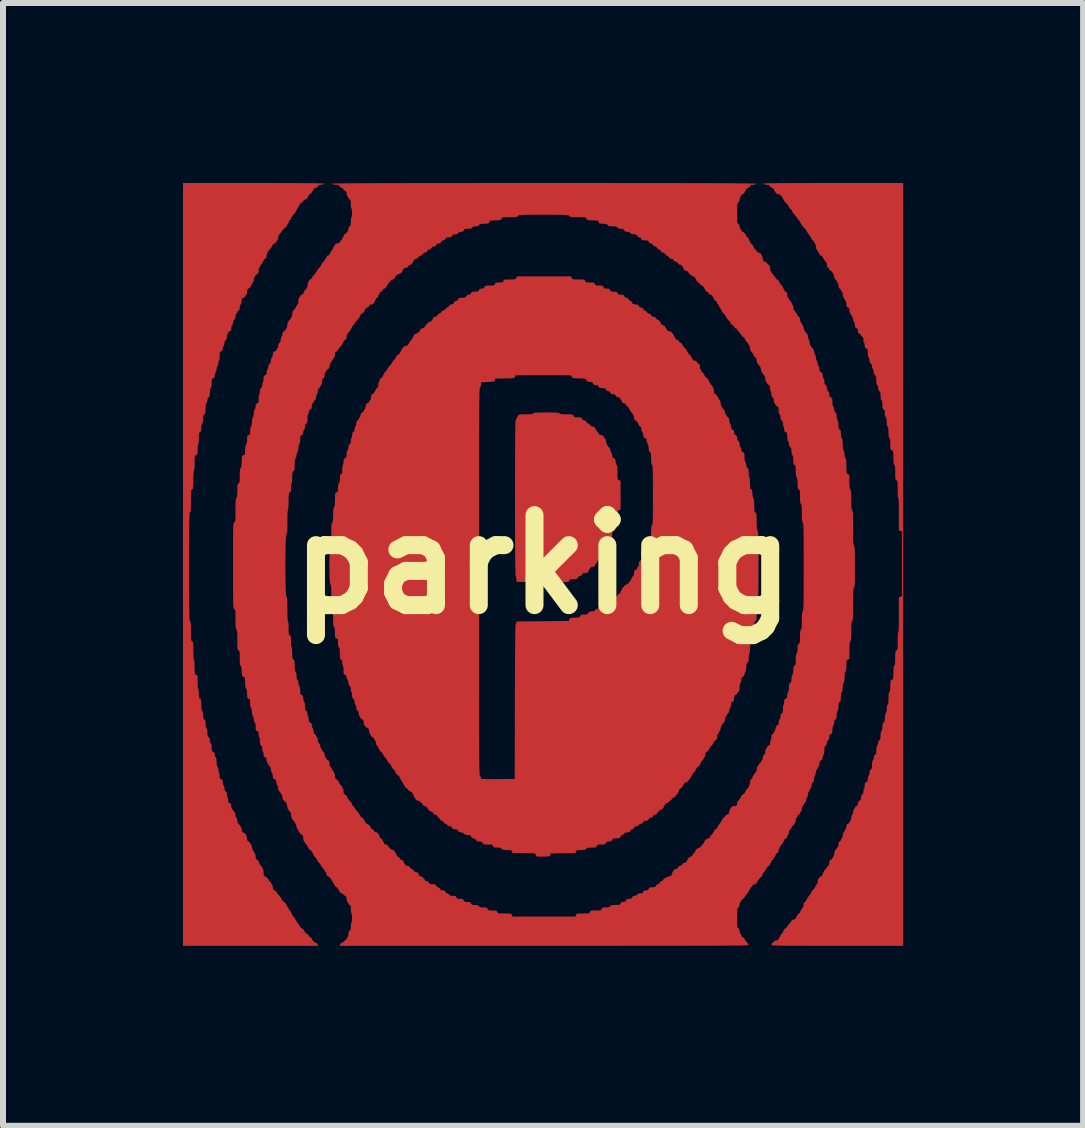
<source format=kicad_pcb>
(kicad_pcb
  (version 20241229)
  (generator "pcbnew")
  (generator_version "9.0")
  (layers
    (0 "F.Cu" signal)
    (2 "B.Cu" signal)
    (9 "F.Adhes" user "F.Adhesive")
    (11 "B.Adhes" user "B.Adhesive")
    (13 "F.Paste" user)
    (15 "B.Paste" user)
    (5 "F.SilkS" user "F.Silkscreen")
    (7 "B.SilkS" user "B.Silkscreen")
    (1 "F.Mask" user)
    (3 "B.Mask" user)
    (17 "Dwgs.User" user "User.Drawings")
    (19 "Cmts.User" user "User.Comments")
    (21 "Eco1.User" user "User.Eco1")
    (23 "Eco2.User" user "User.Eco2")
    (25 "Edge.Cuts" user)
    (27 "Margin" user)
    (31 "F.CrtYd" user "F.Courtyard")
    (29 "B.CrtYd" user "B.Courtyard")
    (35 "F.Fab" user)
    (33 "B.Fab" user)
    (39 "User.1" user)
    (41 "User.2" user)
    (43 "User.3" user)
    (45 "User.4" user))
  (footprint "parking"
    (layer "F.Cu")
    (at 6.002 6.358)
    (property "Reference" "parking" (at 0 0 0) (layer "F.SilkS") (effects (font (size 1.5 1.5) (thickness 0.3))))
    (attr board_only exclude_from_pos_files exclude_from_bom)
    (fp_poly (pts (xy 0.128 -2.533) (xy 0.182 -2.532) (xy 0.221 -2.53) (xy 0.248 -2.528) (xy 0.264 -2.524) (xy 0.273 -2.519) (xy 0.275 -2.518) (xy 0.286 -2.51) (xy 0.307 -2.506) (xy 0.341 -2.503) (xy 0.392 -2.502) (xy 0.393 -2.502) (xy 0.441 -2.502) (xy 0.472 -2.501) (xy 0.49 -2.498) (xy 0.5 -2.492) (xy 0.506 -2.483) (xy 0.509 -2.477) (xy 0.516 -2.463) (xy 0.528 -2.455) (xy 0.549 -2.452) (xy 0.58 -2.452) (xy 0.614 -2.451) (xy 0.634 -2.447) (xy 0.645 -2.439) (xy 0.651 -2.426) (xy 0.666 -2.405) (xy 0.687 -2.401) (xy 0.711 -2.393) (xy 0.722 -2.375) (xy 0.738 -2.354) (xy 0.753 -2.35) (xy 0.773 -2.34) (xy 0.783 -2.324) (xy 0.796 -2.305) (xy 0.82 -2.299) (xy 0.824 -2.299) (xy 0.851 -2.293) (xy 0.862 -2.281) (xy 0.872 -2.262) (xy 0.889 -2.236) (xy 0.895 -2.228) (xy 0.914 -2.201) (xy 0.927 -2.179) (xy 0.929 -2.174) (xy 0.944 -2.16) (xy 0.966 -2.157) (xy 0.992 -2.152) (xy 1.006 -2.134) (xy 1.007 -2.132) (xy 1.02 -2.112) (xy 1.032 -2.102) (xy 1.044 -2.087) (xy 1.048 -2.056) (xy 1.052 -2.026) (xy 1.062 -2.005) (xy 1.063 -2.004) (xy 1.076 -1.987) (xy 1.078 -1.978) (xy 1.086 -1.962) (xy 1.099 -1.953) (xy 1.116 -1.933) (xy 1.119 -1.913) (xy 1.124 -1.888) (xy 1.134 -1.872) (xy 1.144 -1.855) (xy 1.151 -1.827) (xy 1.151 -1.818) (xy 1.156 -1.79) (xy 1.165 -1.776) (xy 1.18 -1.77) (xy 1.196 -1.763) (xy 1.204 -1.75) (xy 1.208 -1.722) (xy 1.208 -1.717) (xy 1.213 -1.686) (xy 1.222 -1.663) (xy 1.226 -1.658) (xy 1.233 -1.647) (xy 1.238 -1.626) (xy 1.24 -1.591) (xy 1.241 -1.54) (xy 1.241 -1.529) (xy 1.241 -1.479) (xy 1.242 -1.446) (xy 1.245 -1.425) (xy 1.25 -1.414) (xy 1.258 -1.407) (xy 1.266 -1.404) (xy 1.292 -1.394) (xy 1.292 -1.155) (xy 1.292 -0.915) (xy 1.266 -0.905) (xy 1.255 -0.9) (xy 1.248 -0.893) (xy 1.244 -0.88) (xy 1.242 -0.856) (xy 1.241 -0.819) (xy 1.241 -0.78) (xy 1.24 -0.725) (xy 1.238 -0.688) (xy 1.234 -0.665) (xy 1.228 -0.653) (xy 1.226 -0.651) (xy 1.216 -0.634) (xy 1.209 -0.606) (xy 1.209 -0.602) (xy 1.203 -0.576) (xy 1.191 -0.563) (xy 1.18 -0.559) (xy 1.166 -0.555) (xy 1.158 -0.545) (xy 1.154 -0.525) (xy 1.152 -0.491) (xy 1.152 -0.486) (xy 1.147 -0.441) (xy 1.139 -0.413) (xy 1.134 -0.407) (xy 1.123 -0.388) (xy 1.119 -0.361) (xy 1.119 -0.36) (xy 1.114 -0.332) (xy 1.103 -0.318) (xy 1.081 -0.296) (xy 1.057 -0.256) (xy 1.048 -0.237) (xy 1.037 -0.219) (xy 1.028 -0.214) (xy 1.016 -0.204) (xy 0.999 -0.177) (xy 0.977 -0.135) (xy 0.977 -0.135) (xy 0.964 -0.117) (xy 0.951 -0.112) (xy 0.935 -0.104) (xy 0.925 -0.089) (xy 0.913 -0.064) (xy 0.896 -0.036) (xy 0.895 -0.036) (xy 0.878 -0.008) (xy 0.865 0.017) (xy 0.865 0.018) (xy 0.849 0.036) (xy 0.825 0.041) (xy 0.806 0.043) (xy 0.791 0.053) (xy 0.776 0.075) (xy 0.758 0.111) (xy 0.754 0.12) (xy 0.742 0.135) (xy 0.721 0.142) (xy 0.702 0.142) (xy 0.674 0.145) (xy 0.659 0.153) (xy 0.651 0.168) (xy 0.636 0.189) (xy 0.615 0.193) (xy 0.592 0.201) (xy 0.58 0.219) (xy 0.573 0.233) (xy 0.561 0.241) (xy 0.539 0.244) (xy 0.509 0.244) (xy 0.474 0.245) (xy 0.454 0.249) (xy 0.443 0.257) (xy 0.437 0.27) (xy 0.432 0.281) (xy 0.424 0.289) (xy 0.408 0.293) (xy 0.382 0.295) (xy 0.34 0.295) (xy 0.331 0.295) (xy 0.286 0.295) (xy 0.256 0.297) (xy 0.238 0.301) (xy 0.228 0.308) (xy 0.224 0.315) (xy 0.218 0.323) (xy 0.21 0.328) (xy 0.195 0.332) (xy 0.17 0.334) (xy 0.133 0.335) (xy 0.08 0.336) (xy 0.051 0.336) (xy -0.01 0.336) (xy -0.054 0.335) (xy -0.084 0.333) (xy -0.103 0.33) (xy -0.114 0.326) (xy -0.12 0.319) (xy -0.122 0.316) (xy -0.128 0.308) (xy -0.137 0.302) (xy -0.153 0.298) (xy -0.18 0.296) (xy -0.22 0.294) (xy -0.277 0.293) (xy -0.288 0.293) (xy -0.442 0.29) (xy -0.446 0.242) (xy -0.449 0.213) (xy -0.455 0.196) (xy -0.458 0.193) (xy -0.46 0.183) (xy -0.461 0.153) (xy -0.462 0.104) (xy -0.463 0.037) (xy -0.464 -0.049) (xy -0.465 -0.152) (xy -0.466 -0.271) (xy -0.467 -0.407) (xy -0.467 -0.559) (xy -0.468 -0.725) (xy -0.468 -0.906) (xy -0.468 -1.101) (xy -0.468 -1.104) (xy -0.468 -1.32) (xy -0.468 -1.517) (xy -0.467 -1.694) (xy -0.467 -1.852) (xy -0.466 -1.99) (xy -0.465 -2.108) (xy -0.464 -2.207) (xy -0.463 -2.285) (xy -0.462 -2.343) (xy -0.46 -2.381) (xy -0.458 -2.399) (xy -0.458 -2.401) (xy -0.449 -2.409) (xy -0.448 -2.42) (xy -0.443 -2.44) (xy -0.437 -2.447) (xy -0.425 -2.461) (xy -0.417 -2.478) (xy -0.412 -2.488) (xy -0.404 -2.495) (xy -0.39 -2.5) (xy -0.366 -2.502) (xy -0.328 -2.502) (xy -0.291 -2.502) (xy -0.238 -2.503) (xy -0.201 -2.505) (xy -0.178 -2.509) (xy -0.165 -2.515) (xy -0.163 -2.518) (xy -0.155 -2.523) (xy -0.141 -2.527) (xy -0.118 -2.53) (xy -0.082 -2.531) (xy -0.032 -2.532) (xy 0.035 -2.533) (xy 0.056 -2.533)) (stroke (width 0) (type solid)) (fill yes) (layer "F.Cu"))
    (fp_poly (pts (xy 6.002 0) (xy 6.002 6.358) (xy 4.903 6.358) (xy 4.729 6.358) (xy 4.574 6.358) (xy 4.437 6.357) (xy 4.317 6.357) (xy 4.214 6.357) (xy 4.125 6.356) (xy 4.049 6.356) (xy 3.986 6.355) (xy 3.935 6.354) (xy 3.894 6.353) (xy 3.863 6.352) (xy 3.839 6.35) (xy 3.823 6.349) (xy 3.812 6.347) (xy 3.806 6.345) (xy 3.804 6.342) (xy 3.804 6.342) (xy 3.813 6.32) (xy 3.833 6.297) (xy 3.859 6.277) (xy 3.885 6.267) (xy 3.89 6.266) (xy 3.915 6.259) (xy 3.926 6.242) (xy 3.937 6.22) (xy 3.946 6.211) (xy 3.955 6.196) (xy 3.957 6.184) (xy 3.965 6.165) (xy 3.977 6.154) (xy 3.994 6.137) (xy 3.998 6.123) (xy 4.002 6.107) (xy 4.008 6.103) (xy 4.017 6.095) (xy 4.018 6.088) (xy 4.027 6.073) (xy 4.043 6.063) (xy 4.062 6.051) (xy 4.069 6.039) (xy 4.076 6.024) (xy 4.092 6.002) (xy 4.102 5.99) (xy 4.124 5.966) (xy 4.14 5.944) (xy 4.143 5.938) (xy 4.158 5.924) (xy 4.176 5.92) (xy 4.202 5.912) (xy 4.212 5.897) (xy 4.233 5.855) (xy 4.251 5.828) (xy 4.263 5.819) (xy 4.263 5.819) (xy 4.274 5.81) (xy 4.283 5.796) (xy 4.303 5.757) (xy 4.322 5.726) (xy 4.332 5.714) (xy 4.34 5.696) (xy 4.344 5.67) (xy 4.344 5.669) (xy 4.348 5.64) (xy 4.36 5.629) (xy 4.376 5.615) (xy 4.385 5.601) (xy 4.4 5.571) (xy 4.422 5.537) (xy 4.448 5.502) (xy 4.465 5.477) (xy 4.475 5.458) (xy 4.476 5.454) (xy 4.484 5.44) (xy 4.492 5.434) (xy 4.513 5.413) (xy 4.537 5.373) (xy 4.546 5.354) (xy 4.558 5.334) (xy 4.567 5.326) (xy 4.574 5.312) (xy 4.577 5.287) (xy 4.577 5.281) (xy 4.587 5.241) (xy 4.613 5.21) (xy 4.641 5.195) (xy 4.655 5.18) (xy 4.659 5.164) (xy 4.665 5.14) (xy 4.674 5.127) (xy 4.687 5.11) (xy 4.689 5.1) (xy 4.697 5.085) (xy 4.71 5.076) (xy 4.726 5.061) (xy 4.73 5.051) (xy 4.738 5.035) (xy 4.75 5.025) (xy 4.765 5.011) (xy 4.771 4.984) (xy 4.771 4.974) (xy 4.773 4.946) (xy 4.782 4.931) (xy 4.796 4.923) (xy 4.815 4.911) (xy 4.822 4.899) (xy 4.829 4.881) (xy 4.837 4.872) (xy 4.847 4.854) (xy 4.852 4.823) (xy 4.852 4.82) (xy 4.856 4.79) (xy 4.869 4.764) (xy 4.888 4.743) (xy 4.911 4.715) (xy 4.922 4.689) (xy 4.923 4.668) (xy 4.927 4.637) (xy 4.94 4.62) (xy 4.944 4.618) (xy 4.96 4.604) (xy 4.964 4.594) (xy 4.971 4.576) (xy 4.979 4.567) (xy 4.99 4.549) (xy 4.994 4.52) (xy 4.995 4.516) (xy 4.999 4.487) (xy 5.008 4.467) (xy 5.01 4.466) (xy 5.023 4.449) (xy 5.025 4.44) (xy 5.032 4.423) (xy 5.04 4.415) (xy 5.051 4.396) (xy 5.056 4.369) (xy 5.056 4.367) (xy 5.059 4.341) (xy 5.072 4.327) (xy 5.081 4.323) (xy 5.1 4.311) (xy 5.106 4.299) (xy 5.114 4.281) (xy 5.122 4.272) (xy 5.132 4.254) (xy 5.137 4.225) (xy 5.137 4.221) (xy 5.141 4.192) (xy 5.151 4.172) (xy 5.152 4.171) (xy 5.163 4.152) (xy 5.167 4.125) (xy 5.167 4.125) (xy 5.172 4.098) (xy 5.183 4.079) (xy 5.183 4.079) (xy 5.196 4.062) (xy 5.198 4.052) (xy 5.206 4.038) (xy 5.223 4.028) (xy 5.241 4.017) (xy 5.248 3.997) (xy 5.249 3.982) (xy 5.252 3.956) (xy 5.264 3.941) (xy 5.274 3.937) (xy 5.291 3.927) (xy 5.298 3.909) (xy 5.3 3.886) (xy 5.303 3.856) (xy 5.315 3.838) (xy 5.32 3.835) (xy 5.334 3.822) (xy 5.34 3.799) (xy 5.34 3.779) (xy 5.342 3.751) (xy 5.348 3.735) (xy 5.351 3.733) (xy 5.357 3.724) (xy 5.36 3.701) (xy 5.361 3.687) (xy 5.362 3.658) (xy 5.369 3.641) (xy 5.384 3.632) (xy 5.386 3.631) (xy 5.402 3.622) (xy 5.41 3.607) (xy 5.412 3.578) (xy 5.412 3.577) (xy 5.415 3.542) (xy 5.426 3.521) (xy 5.427 3.52) (xy 5.437 3.501) (xy 5.442 3.471) (xy 5.442 3.468) (xy 5.446 3.437) (xy 5.459 3.42) (xy 5.462 3.418) (xy 5.474 3.408) (xy 5.48 3.392) (xy 5.483 3.364) (xy 5.483 3.342) (xy 5.485 3.299) (xy 5.492 3.273) (xy 5.498 3.265) (xy 5.509 3.247) (xy 5.513 3.22) (xy 5.513 3.219) (xy 5.519 3.188) (xy 5.534 3.174) (xy 5.545 3.164) (xy 5.551 3.148) (xy 5.554 3.12) (xy 5.554 3.098) (xy 5.556 3.055) (xy 5.563 3.029) (xy 5.569 3.021) (xy 5.58 3.003) (xy 5.585 2.976) (xy 5.585 2.974) (xy 5.59 2.944) (xy 5.605 2.93) (xy 5.616 2.92) (xy 5.623 2.904) (xy 5.625 2.876) (xy 5.625 2.854) (xy 5.627 2.811) (xy 5.634 2.785) (xy 5.64 2.777) (xy 5.651 2.757) (xy 5.655 2.72) (xy 5.656 2.705) (xy 5.657 2.67) (xy 5.662 2.649) (xy 5.672 2.637) (xy 5.676 2.635) (xy 5.688 2.625) (xy 5.694 2.609) (xy 5.696 2.581) (xy 5.696 2.559) (xy 5.699 2.516) (xy 5.706 2.49) (xy 5.712 2.482) (xy 5.722 2.462) (xy 5.727 2.424) (xy 5.727 2.411) (xy 5.73 2.368) (xy 5.739 2.343) (xy 5.742 2.34) (xy 5.75 2.328) (xy 5.755 2.305) (xy 5.757 2.267) (xy 5.757 2.233) (xy 5.758 2.184) (xy 5.761 2.152) (xy 5.767 2.133) (xy 5.773 2.126) (xy 5.781 2.114) (xy 5.786 2.09) (xy 5.788 2.051) (xy 5.788 2.023) (xy 5.788 1.979) (xy 5.79 1.952) (xy 5.794 1.936) (xy 5.802 1.928) (xy 5.813 1.923) (xy 5.825 1.917) (xy 5.832 1.91) (xy 5.836 1.895) (xy 5.838 1.87) (xy 5.839 1.831) (xy 5.839 1.807) (xy 5.84 1.756) (xy 5.842 1.721) (xy 5.847 1.7) (xy 5.854 1.689) (xy 5.854 1.689) (xy 5.861 1.678) (xy 5.866 1.658) (xy 5.868 1.626) (xy 5.869 1.578) (xy 5.869 1.561) (xy 5.87 1.51) (xy 5.871 1.476) (xy 5.874 1.455) (xy 5.879 1.443) (xy 5.887 1.436) (xy 5.89 1.434) (xy 5.898 1.429) (xy 5.903 1.42) (xy 5.907 1.404) (xy 5.909 1.378) (xy 5.91 1.338) (xy 5.91 1.282) (xy 5.91 1.276) (xy 5.911 1.216) (xy 5.913 1.17) (xy 5.916 1.14) (xy 5.92 1.129) (xy 5.92 1.129) (xy 5.923 1.119) (xy 5.926 1.089) (xy 5.928 1.041) (xy 5.93 0.974) (xy 5.93 0.89) (xy 5.93 0.839) (xy 5.93 0.549) (xy 5.956 0.539) (xy 5.981 0.529) (xy 5.981 -0.01) (xy 5.981 -0.55) (xy 5.956 -0.559) (xy 5.93 -0.569) (xy 5.93 -0.839) (xy 5.93 -0.928) (xy 5.929 -1) (xy 5.927 -1.055) (xy 5.925 -1.091) (xy 5.921 -1.108) (xy 5.92 -1.109) (xy 5.916 -1.119) (xy 5.913 -1.147) (xy 5.911 -1.192) (xy 5.91 -1.251) (xy 5.91 -1.307) (xy 5.909 -1.347) (xy 5.907 -1.373) (xy 5.903 -1.389) (xy 5.898 -1.398) (xy 5.89 -1.404) (xy 5.881 -1.41) (xy 5.875 -1.421) (xy 5.872 -1.439) (xy 5.87 -1.47) (xy 5.869 -1.515) (xy 5.869 -1.53) (xy 5.869 -1.584) (xy 5.867 -1.62) (xy 5.863 -1.643) (xy 5.856 -1.656) (xy 5.854 -1.658) (xy 5.847 -1.669) (xy 5.842 -1.689) (xy 5.84 -1.722) (xy 5.839 -1.772) (xy 5.839 -1.782) (xy 5.839 -1.83) (xy 5.838 -1.863) (xy 5.835 -1.882) (xy 5.829 -1.893) (xy 5.821 -1.899) (xy 5.813 -1.902) (xy 5.801 -1.908) (xy 5.794 -1.917) (xy 5.79 -1.933) (xy 5.788 -1.96) (xy 5.788 -2.002) (xy 5.787 -2.05) (xy 5.784 -2.082) (xy 5.777 -2.1) (xy 5.773 -2.106) (xy 5.764 -2.119) (xy 5.76 -2.144) (xy 5.758 -2.185) (xy 5.757 -2.202) (xy 5.756 -2.249) (xy 5.752 -2.279) (xy 5.745 -2.296) (xy 5.742 -2.299) (xy 5.732 -2.317) (xy 5.728 -2.351) (xy 5.727 -2.375) (xy 5.725 -2.419) (xy 5.717 -2.444) (xy 5.712 -2.452) (xy 5.701 -2.473) (xy 5.696 -2.513) (xy 5.696 -2.519) (xy 5.695 -2.553) (xy 5.689 -2.572) (xy 5.677 -2.583) (xy 5.676 -2.584) (xy 5.665 -2.593) (xy 5.658 -2.609) (xy 5.656 -2.638) (xy 5.656 -2.659) (xy 5.654 -2.703) (xy 5.647 -2.729) (xy 5.64 -2.736) (xy 5.631 -2.754) (xy 5.626 -2.787) (xy 5.625 -2.814) (xy 5.624 -2.85) (xy 5.62 -2.872) (xy 5.612 -2.885) (xy 5.605 -2.889) (xy 5.59 -2.904) (xy 5.585 -2.932) (xy 5.585 -2.939) (xy 5.581 -2.969) (xy 5.571 -2.989) (xy 5.569 -2.991) (xy 5.56 -3.007) (xy 5.555 -3.037) (xy 5.554 -3.073) (xy 5.553 -3.111) (xy 5.55 -3.134) (xy 5.542 -3.147) (xy 5.534 -3.153) (xy 5.519 -3.169) (xy 5.513 -3.196) (xy 5.513 -3.203) (xy 5.509 -3.233) (xy 5.499 -3.254) (xy 5.498 -3.255) (xy 5.487 -3.274) (xy 5.483 -3.301) (xy 5.483 -3.302) (xy 5.477 -3.332) (xy 5.462 -3.347) (xy 5.448 -3.362) (xy 5.442 -3.389) (xy 5.442 -3.397) (xy 5.438 -3.427) (xy 5.428 -3.447) (xy 5.427 -3.448) (xy 5.417 -3.466) (xy 5.412 -3.499) (xy 5.412 -3.526) (xy 5.411 -3.562) (xy 5.408 -3.583) (xy 5.4 -3.594) (xy 5.386 -3.601) (xy 5.386 -3.601) (xy 5.369 -3.611) (xy 5.362 -3.628) (xy 5.361 -3.652) (xy 5.359 -3.677) (xy 5.353 -3.691) (xy 5.351 -3.693) (xy 5.344 -3.702) (xy 5.341 -3.725) (xy 5.34 -3.738) (xy 5.338 -3.77) (xy 5.329 -3.788) (xy 5.32 -3.794) (xy 5.304 -3.809) (xy 5.3 -3.82) (xy 5.291 -3.835) (xy 5.274 -3.845) (xy 5.256 -3.856) (xy 5.249 -3.876) (xy 5.249 -3.891) (xy 5.246 -3.917) (xy 5.234 -3.932) (xy 5.223 -3.937) (xy 5.206 -3.947) (xy 5.199 -3.965) (xy 5.198 -3.986) (xy 5.194 -4.017) (xy 5.184 -4.037) (xy 5.183 -4.038) (xy 5.172 -4.057) (xy 5.167 -4.084) (xy 5.167 -4.084) (xy 5.163 -4.111) (xy 5.152 -4.13) (xy 5.152 -4.13) (xy 5.139 -4.147) (xy 5.137 -4.155) (xy 5.13 -4.172) (xy 5.122 -4.181) (xy 5.111 -4.2) (xy 5.106 -4.23) (xy 5.106 -4.233) (xy 5.104 -4.261) (xy 5.094 -4.276) (xy 5.081 -4.282) (xy 5.065 -4.292) (xy 5.057 -4.307) (xy 5.056 -4.336) (xy 5.056 -4.337) (xy 5.052 -4.372) (xy 5.042 -4.393) (xy 5.04 -4.394) (xy 5.027 -4.411) (xy 5.025 -4.42) (xy 5.018 -4.437) (xy 5.01 -4.445) (xy 4.999 -4.464) (xy 4.995 -4.493) (xy 4.995 -4.496) (xy 4.991 -4.525) (xy 4.981 -4.546) (xy 4.979 -4.547) (xy 4.966 -4.564) (xy 4.964 -4.573) (xy 4.956 -4.588) (xy 4.944 -4.598) (xy 4.929 -4.613) (xy 4.923 -4.641) (xy 4.923 -4.648) (xy 4.919 -4.678) (xy 4.909 -4.698) (xy 4.908 -4.7) (xy 4.895 -4.717) (xy 4.893 -4.726) (xy 4.885 -4.741) (xy 4.872 -4.75) (xy 4.856 -4.769) (xy 4.852 -4.795) (xy 4.848 -4.823) (xy 4.837 -4.842) (xy 4.837 -4.842) (xy 4.824 -4.859) (xy 4.822 -4.869) (xy 4.813 -4.883) (xy 4.796 -4.893) (xy 4.777 -4.905) (xy 4.771 -4.918) (xy 4.763 -4.934) (xy 4.75 -4.944) (xy 4.736 -4.959) (xy 4.73 -4.986) (xy 4.73 -4.994) (xy 4.726 -5.027) (xy 4.714 -5.043) (xy 4.693 -5.064) (xy 4.669 -5.105) (xy 4.66 -5.124) (xy 4.646 -5.142) (xy 4.633 -5.147) (xy 4.618 -5.155) (xy 4.607 -5.17) (xy 4.588 -5.208) (xy 4.568 -5.239) (xy 4.558 -5.252) (xy 4.551 -5.269) (xy 4.547 -5.296) (xy 4.547 -5.301) (xy 4.543 -5.329) (xy 4.533 -5.349) (xy 4.532 -5.351) (xy 4.519 -5.368) (xy 4.516 -5.378) (xy 4.508 -5.393) (xy 4.5 -5.398) (xy 4.484 -5.412) (xy 4.475 -5.426) (xy 4.46 -5.455) (xy 4.438 -5.489) (xy 4.412 -5.525) (xy 4.395 -5.55) (xy 4.385 -5.568) (xy 4.384 -5.573) (xy 4.376 -5.587) (xy 4.37 -5.592) (xy 4.354 -5.606) (xy 4.333 -5.63) (xy 4.311 -5.659) (xy 4.293 -5.686) (xy 4.283 -5.706) (xy 4.282 -5.711) (xy 4.274 -5.727) (xy 4.262 -5.737) (xy 4.246 -5.751) (xy 4.242 -5.761) (xy 4.235 -5.775) (xy 4.219 -5.797) (xy 4.209 -5.809) (xy 4.176 -5.847) (xy 4.152 -5.884) (xy 4.141 -5.908) (xy 4.129 -5.925) (xy 4.12 -5.93) (xy 4.108 -5.939) (xy 4.099 -5.953) (xy 4.076 -5.997) (xy 4.056 -6.023) (xy 4.039 -6.034) (xy 4.022 -6.049) (xy 4.018 -6.062) (xy 4.014 -6.079) (xy 4.008 -6.083) (xy 3.999 -6.091) (xy 3.998 -6.099) (xy 3.989 -6.12) (xy 3.969 -6.143) (xy 3.943 -6.163) (xy 3.918 -6.174) (xy 3.913 -6.175) (xy 3.895 -6.178) (xy 3.88 -6.191) (xy 3.864 -6.216) (xy 3.846 -6.253) (xy 3.83 -6.271) (xy 3.815 -6.276) (xy 3.794 -6.286) (xy 3.784 -6.301) (xy 3.776 -6.316) (xy 3.761 -6.324) (xy 3.733 -6.328) (xy 3.722 -6.329) (xy 3.689 -6.333) (xy 3.668 -6.341) (xy 3.664 -6.345) (xy 3.667 -6.347) (xy 3.678 -6.349) (xy 3.698 -6.35) (xy 3.728 -6.352) (xy 3.769 -6.353) (xy 3.821 -6.354) (xy 3.886 -6.355) (xy 3.964 -6.356) (xy 4.057 -6.356) (xy 4.166 -6.357) (xy 4.29 -6.357) (xy 4.432 -6.357) (xy 4.592 -6.358) (xy 4.772 -6.358) (xy 4.831 -6.358) (xy 6.002 -6.358)) (stroke (width 0) (type solid)) (fill yes) (layer "F.Cu"))
    (fp_poly (pts (xy -4.635 -6.358) (xy -4.468 -6.357) (xy -4.319 -6.357) (xy -4.189 -6.357) (xy -4.075 -6.356) (xy -3.976 -6.356) (xy -3.893 -6.355) (xy -3.823 -6.354) (xy -3.766 -6.353) (xy -3.721 -6.352) (xy -3.688 -6.351) (xy -3.664 -6.349) (xy -3.65 -6.348) (xy -3.644 -6.346) (xy -3.644 -6.345) (xy -3.656 -6.337) (xy -3.682 -6.331) (xy -3.696 -6.329) (xy -3.727 -6.325) (xy -3.744 -6.317) (xy -3.754 -6.301) (xy -3.754 -6.301) (xy -3.769 -6.281) (xy -3.789 -6.276) (xy -3.815 -6.268) (xy -3.825 -6.253) (xy -3.848 -6.21) (xy -3.868 -6.184) (xy -3.885 -6.173) (xy -3.902 -6.16) (xy -3.906 -6.149) (xy -3.911 -6.136) (xy -3.916 -6.134) (xy -3.924 -6.125) (xy -3.928 -6.111) (xy -3.938 -6.092) (xy -3.96 -6.085) (xy -3.987 -6.073) (xy -3.998 -6.057) (xy -4.01 -6.038) (xy -4.023 -6.032) (xy -4.039 -6.024) (xy -4.049 -6.009) (xy -4.062 -5.985) (xy -4.079 -5.957) (xy -4.079 -5.956) (xy -4.096 -5.929) (xy -4.109 -5.906) (xy -4.11 -5.905) (xy -4.131 -5.867) (xy -4.147 -5.843) (xy -4.16 -5.83) (xy -4.165 -5.826) (xy -4.179 -5.811) (xy -4.181 -5.803) (xy -4.186 -5.79) (xy -4.191 -5.788) (xy -4.199 -5.779) (xy -4.201 -5.768) (xy -4.209 -5.748) (xy -4.221 -5.737) (xy -4.238 -5.718) (xy -4.242 -5.701) (xy -4.245 -5.682) (xy -4.252 -5.676) (xy -4.262 -5.668) (xy -4.262 -5.666) (xy -4.269 -5.648) (xy -4.284 -5.626) (xy -4.302 -5.606) (xy -4.318 -5.595) (xy -4.32 -5.595) (xy -4.334 -5.586) (xy -4.343 -5.571) (xy -4.356 -5.549) (xy -4.377 -5.523) (xy -4.383 -5.516) (xy -4.407 -5.486) (xy -4.415 -5.455) (xy -4.415 -5.449) (xy -4.418 -5.423) (xy -4.424 -5.407) (xy -4.426 -5.406) (xy -4.437 -5.392) (xy -4.446 -5.375) (xy -4.461 -5.355) (xy -4.476 -5.351) (xy -4.496 -5.342) (xy -4.507 -5.328) (xy -4.532 -5.28) (xy -4.554 -5.252) (xy -4.561 -5.247) (xy -4.575 -5.232) (xy -4.577 -5.224) (xy -4.585 -5.207) (xy -4.593 -5.198) (xy -4.603 -5.179) (xy -4.608 -5.149) (xy -4.608 -5.146) (xy -4.61 -5.118) (xy -4.62 -5.103) (xy -4.633 -5.096) (xy -4.654 -5.081) (xy -4.659 -5.066) (xy -4.663 -5.049) (xy -4.669 -5.045) (xy -4.677 -5.037) (xy -4.679 -5.025) (xy -4.687 -5.005) (xy -4.7 -4.995) (xy -4.716 -4.978) (xy -4.72 -4.964) (xy -4.724 -4.947) (xy -4.73 -4.944) (xy -4.736 -4.935) (xy -4.74 -4.912) (xy -4.74 -4.898) (xy -4.743 -4.866) (xy -4.751 -4.85) (xy -4.758 -4.845) (xy -4.787 -4.825) (xy -4.81 -4.793) (xy -4.821 -4.755) (xy -4.821 -4.748) (xy -4.824 -4.722) (xy -4.831 -4.706) (xy -4.832 -4.704) (xy -4.845 -4.69) (xy -4.853 -4.676) (xy -4.875 -4.633) (xy -4.896 -4.607) (xy -4.913 -4.596) (xy -4.927 -4.586) (xy -4.933 -4.565) (xy -4.934 -4.548) (xy -4.936 -4.521) (xy -4.942 -4.503) (xy -4.944 -4.501) (xy -4.956 -4.487) (xy -4.964 -4.47) (xy -4.98 -4.45) (xy -4.997 -4.443) (xy -5.011 -4.439) (xy -5.019 -4.425) (xy -5.023 -4.398) (xy -5.023 -4.393) (xy -5.028 -4.362) (xy -5.037 -4.338) (xy -5.041 -4.333) (xy -5.051 -4.315) (xy -5.055 -4.287) (xy -5.056 -4.282) (xy -5.059 -4.251) (xy -5.072 -4.234) (xy -5.076 -4.232) (xy -5.092 -4.218) (xy -5.096 -4.207) (xy -5.103 -4.19) (xy -5.112 -4.181) (xy -5.122 -4.162) (xy -5.127 -4.133) (xy -5.127 -4.129) (xy -5.131 -4.098) (xy -5.143 -4.081) (xy -5.147 -4.079) (xy -5.163 -4.061) (xy -5.167 -4.034) (xy -5.172 -4.007) (xy -5.182 -3.988) (xy -5.183 -3.988) (xy -5.193 -3.969) (xy -5.198 -3.939) (xy -5.198 -3.935) (xy -5.2 -3.908) (xy -5.21 -3.893) (xy -5.223 -3.886) (xy -5.242 -3.873) (xy -5.249 -3.861) (xy -5.254 -3.847) (xy -5.259 -3.845) (xy -5.265 -3.836) (xy -5.269 -3.813) (xy -5.269 -3.8) (xy -5.272 -3.768) (xy -5.281 -3.75) (xy -5.29 -3.743) (xy -5.304 -3.728) (xy -5.31 -3.701) (xy -5.31 -3.693) (xy -5.314 -3.663) (xy -5.324 -3.643) (xy -5.325 -3.642) (xy -5.336 -3.623) (xy -5.34 -3.596) (xy -5.34 -3.594) (xy -5.344 -3.568) (xy -5.357 -3.554) (xy -5.366 -3.55) (xy -5.379 -3.544) (xy -5.387 -3.533) (xy -5.39 -3.514) (xy -5.391 -3.481) (xy -5.391 -3.469) (xy -5.393 -3.432) (xy -5.396 -3.407) (xy -5.401 -3.398) (xy -5.401 -3.398) (xy -5.408 -3.389) (xy -5.411 -3.366) (xy -5.412 -3.358) (xy -5.416 -3.328) (xy -5.426 -3.307) (xy -5.427 -3.306) (xy -5.437 -3.287) (xy -5.442 -3.259) (xy -5.442 -3.255) (xy -5.446 -3.226) (xy -5.456 -3.206) (xy -5.457 -3.204) (xy -5.468 -3.185) (xy -5.473 -3.155) (xy -5.473 -3.152) (xy -5.475 -3.124) (xy -5.485 -3.109) (xy -5.498 -3.103) (xy -5.512 -3.096) (xy -5.519 -3.085) (xy -5.523 -3.066) (xy -5.523 -3.032) (xy -5.524 -3.023) (xy -5.525 -2.979) (xy -5.531 -2.951) (xy -5.539 -2.94) (xy -5.549 -2.922) (xy -5.553 -2.889) (xy -5.554 -2.863) (xy -5.555 -2.826) (xy -5.559 -2.804) (xy -5.568 -2.792) (xy -5.574 -2.787) (xy -5.589 -2.772) (xy -5.595 -2.744) (xy -5.595 -2.737) (xy -5.599 -2.707) (xy -5.609 -2.687) (xy -5.61 -2.685) (xy -5.619 -2.672) (xy -5.623 -2.645) (xy -5.625 -2.602) (xy -5.625 -2.593) (xy -5.626 -2.552) (xy -5.629 -2.526) (xy -5.634 -2.512) (xy -5.644 -2.503) (xy -5.646 -2.502) (xy -5.657 -2.493) (xy -5.663 -2.477) (xy -5.666 -2.448) (xy -5.666 -2.427) (xy -5.668 -2.384) (xy -5.675 -2.358) (xy -5.681 -2.35) (xy -5.692 -2.33) (xy -5.696 -2.293) (xy -5.696 -2.278) (xy -5.698 -2.242) (xy -5.703 -2.222) (xy -5.713 -2.21) (xy -5.717 -2.207) (xy -5.726 -2.2) (xy -5.732 -2.188) (xy -5.736 -2.167) (xy -5.737 -2.133) (xy -5.737 -2.1) (xy -5.738 -2.055) (xy -5.741 -2.022) (xy -5.745 -2.005) (xy -5.747 -2.004) (xy -5.752 -1.994) (xy -5.756 -1.968) (xy -5.757 -1.929) (xy -5.757 -1.917) (xy -5.758 -1.875) (xy -5.76 -1.849) (xy -5.764 -1.834) (xy -5.772 -1.826) (xy -5.783 -1.821) (xy -5.793 -1.816) (xy -5.801 -1.809) (xy -5.805 -1.797) (xy -5.807 -1.775) (xy -5.808 -1.74) (xy -5.808 -1.689) (xy -5.808 -1.684) (xy -5.809 -1.629) (xy -5.811 -1.588) (xy -5.815 -1.563) (xy -5.819 -1.556) (xy -5.823 -1.546) (xy -5.826 -1.518) (xy -5.828 -1.473) (xy -5.829 -1.413) (xy -5.829 -1.409) (xy -5.829 -1.351) (xy -5.83 -1.311) (xy -5.832 -1.284) (xy -5.835 -1.267) (xy -5.84 -1.257) (xy -5.848 -1.252) (xy -5.849 -1.251) (xy -5.856 -1.246) (xy -5.862 -1.238) (xy -5.865 -1.224) (xy -5.868 -1.201) (xy -5.869 -1.166) (xy -5.869 -1.116) (xy -5.869 -1.059) (xy -5.87 -0.991) (xy -5.871 -0.942) (xy -5.873 -0.907) (xy -5.876 -0.884) (xy -5.88 -0.871) (xy -5.885 -0.865) (xy -5.887 -0.861) (xy -5.89 -0.852) (xy -5.892 -0.838) (xy -5.893 -0.817) (xy -5.895 -0.788) (xy -5.896 -0.75) (xy -5.897 -0.702) (xy -5.898 -0.641) (xy -5.899 -0.568) (xy -5.899 -0.481) (xy -5.9 -0.378) (xy -5.9 -0.259) (xy -5.9 -0.121) (xy -5.9 0.035) (xy -5.9 0.041) (xy -5.9 0.198) (xy -5.9 0.336) (xy -5.9 0.456) (xy -5.899 0.559) (xy -5.899 0.647) (xy -5.898 0.72) (xy -5.897 0.781) (xy -5.896 0.83) (xy -5.895 0.869) (xy -5.894 0.898) (xy -5.892 0.919) (xy -5.89 0.933) (xy -5.887 0.942) (xy -5.885 0.946) (xy -5.885 0.946) (xy -5.879 0.955) (xy -5.874 0.971) (xy -5.872 0.998) (xy -5.87 1.039) (xy -5.869 1.096) (xy -5.869 1.115) (xy -5.869 1.174) (xy -5.868 1.217) (xy -5.867 1.246) (xy -5.864 1.264) (xy -5.859 1.274) (xy -5.852 1.28) (xy -5.849 1.282) (xy -5.841 1.287) (xy -5.835 1.296) (xy -5.832 1.312) (xy -5.83 1.338) (xy -5.829 1.378) (xy -5.829 1.434) (xy -5.829 1.44) (xy -5.828 1.5) (xy -5.826 1.546) (xy -5.823 1.576) (xy -5.819 1.587) (xy -5.819 1.587) (xy -5.814 1.597) (xy -5.811 1.624) (xy -5.809 1.668) (xy -5.808 1.709) (xy -5.808 1.761) (xy -5.807 1.796) (xy -5.805 1.817) (xy -5.8 1.83) (xy -5.793 1.837) (xy -5.783 1.841) (xy -5.772 1.846) (xy -5.765 1.854) (xy -5.76 1.867) (xy -5.758 1.891) (xy -5.758 1.929) (xy -5.757 1.963) (xy -5.757 2.014) (xy -5.754 2.051) (xy -5.75 2.071) (xy -5.747 2.075) (xy -5.742 2.085) (xy -5.739 2.11) (xy -5.737 2.148) (xy -5.737 2.151) (xy -5.736 2.191) (xy -5.733 2.216) (xy -5.727 2.23) (xy -5.717 2.238) (xy -5.707 2.245) (xy -5.701 2.258) (xy -5.698 2.28) (xy -5.697 2.316) (xy -5.696 2.339) (xy -5.695 2.387) (xy -5.692 2.418) (xy -5.686 2.436) (xy -5.681 2.441) (xy -5.671 2.461) (xy -5.666 2.498) (xy -5.666 2.513) (xy -5.665 2.549) (xy -5.66 2.57) (xy -5.65 2.581) (xy -5.646 2.584) (xy -5.634 2.594) (xy -5.627 2.611) (xy -5.625 2.642) (xy -5.625 2.654) (xy -5.622 2.697) (xy -5.614 2.722) (xy -5.61 2.726) (xy -5.6 2.744) (xy -5.595 2.777) (xy -5.595 2.803) (xy -5.594 2.84) (xy -5.59 2.862) (xy -5.581 2.874) (xy -5.574 2.879) (xy -5.559 2.894) (xy -5.554 2.922) (xy -5.554 2.929) (xy -5.55 2.959) (xy -5.54 2.979) (xy -5.539 2.98) (xy -5.528 3) (xy -5.524 3.037) (xy -5.524 3.053) (xy -5.523 3.087) (xy -5.519 3.107) (xy -5.51 3.117) (xy -5.498 3.123) (xy -5.48 3.135) (xy -5.473 3.155) (xy -5.473 3.167) (xy -5.468 3.195) (xy -5.458 3.214) (xy -5.457 3.214) (xy -5.447 3.232) (xy -5.443 3.266) (xy -5.442 3.291) (xy -5.44 3.334) (xy -5.433 3.36) (xy -5.427 3.367) (xy -5.416 3.387) (xy -5.412 3.42) (xy -5.412 3.424) (xy -5.41 3.451) (xy -5.404 3.467) (xy -5.401 3.469) (xy -5.396 3.478) (xy -5.392 3.501) (xy -5.391 3.52) (xy -5.39 3.551) (xy -5.385 3.568) (xy -5.372 3.578) (xy -5.366 3.581) (xy -5.349 3.591) (xy -5.342 3.609) (xy -5.34 3.63) (xy -5.336 3.661) (xy -5.326 3.681) (xy -5.325 3.682) (xy -5.315 3.701) (xy -5.31 3.731) (xy -5.31 3.734) (xy -5.306 3.765) (xy -5.293 3.782) (xy -5.29 3.784) (xy -5.276 3.797) (xy -5.27 3.82) (xy -5.269 3.84) (xy -5.267 3.868) (xy -5.262 3.884) (xy -5.259 3.886) (xy -5.253 3.895) (xy -5.249 3.917) (xy -5.249 3.927) (xy -5.247 3.955) (xy -5.238 3.97) (xy -5.223 3.977) (xy -5.206 3.988) (xy -5.199 4.006) (xy -5.198 4.026) (xy -5.194 4.056) (xy -5.18 4.082) (xy -5.162 4.102) (xy -5.138 4.133) (xy -5.128 4.161) (xy -5.127 4.174) (xy -5.123 4.201) (xy -5.112 4.221) (xy -5.112 4.221) (xy -5.101 4.24) (xy -5.096 4.267) (xy -5.096 4.269) (xy -5.091 4.299) (xy -5.073 4.327) (xy -5.061 4.34) (xy -5.036 4.372) (xy -5.025 4.405) (xy -5.023 4.418) (xy -5.019 4.447) (xy -5.008 4.461) (xy -4.998 4.465) (xy -4.968 4.482) (xy -4.946 4.514) (xy -4.934 4.553) (xy -4.934 4.567) (xy -4.931 4.595) (xy -4.923 4.61) (xy -4.908 4.618) (xy -4.889 4.63) (xy -4.883 4.642) (xy -4.875 4.66) (xy -4.867 4.669) (xy -4.857 4.688) (xy -4.852 4.715) (xy -4.852 4.715) (xy -4.848 4.742) (xy -4.837 4.76) (xy -4.837 4.761) (xy -4.824 4.777) (xy -4.822 4.786) (xy -4.815 4.803) (xy -4.806 4.811) (xy -4.796 4.831) (xy -4.791 4.865) (xy -4.791 4.869) (xy -4.789 4.898) (xy -4.782 4.914) (xy -4.766 4.923) (xy -4.766 4.923) (xy -4.745 4.939) (xy -4.74 4.954) (xy -4.736 4.97) (xy -4.73 4.974) (xy -4.722 4.983) (xy -4.72 4.994) (xy -4.712 5.015) (xy -4.7 5.025) (xy -4.683 5.042) (xy -4.679 5.056) (xy -4.675 5.072) (xy -4.669 5.076) (xy -4.663 5.085) (xy -4.66 5.109) (xy -4.659 5.132) (xy -4.657 5.167) (xy -4.652 5.186) (xy -4.642 5.195) (xy -4.641 5.195) (xy -4.618 5.208) (xy -4.595 5.227) (xy -4.58 5.247) (xy -4.577 5.255) (xy -4.569 5.27) (xy -4.557 5.279) (xy -4.541 5.293) (xy -4.537 5.304) (xy -4.53 5.322) (xy -4.522 5.33) (xy -4.512 5.347) (xy -4.505 5.375) (xy -4.504 5.384) (xy -4.5 5.412) (xy -4.492 5.426) (xy -4.478 5.43) (xy -4.456 5.442) (xy -4.446 5.456) (xy -4.433 5.477) (xy -4.413 5.503) (xy -4.408 5.508) (xy -4.374 5.549) (xy -4.349 5.593) (xy -4.344 5.602) (xy -4.331 5.62) (xy -4.319 5.625) (xy -4.303 5.634) (xy -4.286 5.658) (xy -4.269 5.692) (xy -4.266 5.699) (xy -4.257 5.714) (xy -4.251 5.717) (xy -4.243 5.725) (xy -4.242 5.737) (xy -4.234 5.757) (xy -4.221 5.768) (xy -4.205 5.784) (xy -4.201 5.799) (xy -4.197 5.815) (xy -4.191 5.819) (xy -4.183 5.827) (xy -4.181 5.839) (xy -4.174 5.859) (xy -4.165 5.866) (xy -4.148 5.88) (xy -4.139 5.894) (xy -4.125 5.923) (xy -4.103 5.956) (xy -4.078 5.991) (xy -4.06 6.018) (xy -4.047 6.04) (xy -4.045 6.045) (xy -4.034 6.06) (xy -4.025 6.063) (xy -4.01 6.071) (xy -3.992 6.091) (xy -3.974 6.116) (xy -3.965 6.136) (xy -3.95 6.15) (xy -3.935 6.156) (xy -3.914 6.167) (xy -3.908 6.183) (xy -3.896 6.205) (xy -3.88 6.216) (xy -3.861 6.226) (xy -3.855 6.236) (xy -3.847 6.257) (xy -3.828 6.281) (xy -3.803 6.3) (xy -3.786 6.307) (xy -3.762 6.319) (xy -3.755 6.335) (xy -3.752 6.358) (xy -4.877 6.358) (xy -6.002 6.358) (xy -6.002 0) (xy -6.002 -6.358) (xy -4.821 -6.358)) (stroke (width 0) (type solid)) (fill yes) (layer "F.Cu"))
    (fp_poly (pts (xy 0.478 -4.776) (xy 0.483 -4.764) (xy 0.491 -4.757) (xy 0.506 -4.753) (xy 0.531 -4.751) (xy 0.572 -4.75) (xy 0.59 -4.75) (xy 0.636 -4.75) (xy 0.667 -4.749) (xy 0.685 -4.746) (xy 0.694 -4.739) (xy 0.7 -4.73) (xy 0.702 -4.725) (xy 0.708 -4.712) (xy 0.719 -4.704) (xy 0.738 -4.701) (xy 0.771 -4.7) (xy 0.783 -4.7) (xy 0.821 -4.699) (xy 0.844 -4.696) (xy 0.856 -4.69) (xy 0.863 -4.678) (xy 0.865 -4.674) (xy 0.872 -4.66) (xy 0.884 -4.652) (xy 0.905 -4.649) (xy 0.936 -4.649) (xy 0.97 -4.648) (xy 0.99 -4.644) (xy 1.001 -4.636) (xy 1.007 -4.623) (xy 1.016 -4.607) (xy 1.031 -4.6) (xy 1.059 -4.598) (xy 1.063 -4.598) (xy 1.093 -4.596) (xy 1.109 -4.589) (xy 1.118 -4.574) (xy 1.119 -4.572) (xy 1.127 -4.557) (xy 1.141 -4.55) (xy 1.166 -4.547) (xy 1.18 -4.547) (xy 1.211 -4.546) (xy 1.229 -4.54) (xy 1.238 -4.528) (xy 1.241 -4.522) (xy 1.25 -4.506) (xy 1.265 -4.498) (xy 1.293 -4.496) (xy 1.297 -4.496) (xy 1.327 -4.495) (xy 1.343 -4.488) (xy 1.352 -4.473) (xy 1.353 -4.471) (xy 1.368 -4.45) (xy 1.389 -4.445) (xy 1.413 -4.438) (xy 1.424 -4.421) (xy 1.44 -4.4) (xy 1.456 -4.393) (xy 1.478 -4.38) (xy 1.485 -4.364) (xy 1.491 -4.348) (xy 1.505 -4.34) (xy 1.531 -4.336) (xy 1.539 -4.335) (xy 1.57 -4.332) (xy 1.587 -4.324) (xy 1.597 -4.308) (xy 1.597 -4.307) (xy 1.613 -4.287) (xy 1.633 -4.282) (xy 1.657 -4.275) (xy 1.668 -4.257) (xy 1.684 -4.236) (xy 1.699 -4.232) (xy 1.719 -4.222) (xy 1.729 -4.206) (xy 1.745 -4.186) (xy 1.765 -4.181) (xy 1.789 -4.173) (xy 1.8 -4.155) (xy 1.814 -4.136) (xy 1.837 -4.13) (xy 1.841 -4.13) (xy 1.866 -4.125) (xy 1.88 -4.108) (xy 1.882 -4.104) (xy 1.898 -4.083) (xy 1.913 -4.079) (xy 1.934 -4.07) (xy 1.94 -4.059) (xy 1.948 -4.042) (xy 1.954 -4.038) (xy 1.961 -4.03) (xy 1.965 -4.016) (xy 1.976 -3.996) (xy 1.997 -3.988) (xy 2.018 -3.979) (xy 2.037 -3.96) (xy 2.056 -3.926) (xy 2.064 -3.909) (xy 2.081 -3.89) (xy 2.104 -3.886) (xy 2.133 -3.878) (xy 2.153 -3.858) (xy 2.18 -3.816) (xy 2.199 -3.783) (xy 2.207 -3.766) (xy 2.223 -3.748) (xy 2.238 -3.743) (xy 2.258 -3.734) (xy 2.268 -3.718) (xy 2.281 -3.699) (xy 2.294 -3.693) (xy 2.309 -3.684) (xy 2.318 -3.67) (xy 2.331 -3.647) (xy 2.351 -3.621) (xy 2.356 -3.616) (xy 2.391 -3.575) (xy 2.416 -3.532) (xy 2.42 -3.522) (xy 2.432 -3.505) (xy 2.441 -3.499) (xy 2.453 -3.49) (xy 2.47 -3.463) (xy 2.491 -3.42) (xy 2.491 -3.42) (xy 2.51 -3.401) (xy 2.528 -3.398) (xy 2.552 -3.39) (xy 2.563 -3.373) (xy 2.578 -3.353) (xy 2.593 -3.344) (xy 2.607 -3.336) (xy 2.613 -3.318) (xy 2.614 -3.297) (xy 2.616 -3.271) (xy 2.622 -3.256) (xy 2.624 -3.255) (xy 2.633 -3.247) (xy 2.635 -3.234) (xy 2.642 -3.215) (xy 2.651 -3.208) (xy 2.668 -3.194) (xy 2.677 -3.18) (xy 2.699 -3.137) (xy 2.719 -3.111) (xy 2.736 -3.101) (xy 2.753 -3.087) (xy 2.757 -3.074) (xy 2.764 -3.051) (xy 2.772 -3.041) (xy 2.785 -3.024) (xy 2.787 -3.015) (xy 2.795 -3) (xy 2.808 -2.991) (xy 2.824 -2.974) (xy 2.828 -2.96) (xy 2.832 -2.943) (xy 2.838 -2.94) (xy 2.844 -2.931) (xy 2.848 -2.908) (xy 2.848 -2.894) (xy 2.85 -2.863) (xy 2.857 -2.847) (xy 2.869 -2.84) (xy 2.89 -2.826) (xy 2.91 -2.797) (xy 2.929 -2.76) (xy 2.941 -2.74) (xy 2.949 -2.732) (xy 2.956 -2.718) (xy 2.96 -2.693) (xy 2.96 -2.686) (xy 2.964 -2.656) (xy 2.974 -2.636) (xy 2.975 -2.635) (xy 2.988 -2.617) (xy 2.991 -2.608) (xy 2.999 -2.593) (xy 3.011 -2.584) (xy 3.028 -2.564) (xy 3.031 -2.544) (xy 3.036 -2.518) (xy 3.047 -2.502) (xy 3.059 -2.485) (xy 3.062 -2.476) (xy 3.07 -2.461) (xy 3.082 -2.452) (xy 3.097 -2.436) (xy 3.102 -2.409) (xy 3.103 -2.402) (xy 3.106 -2.371) (xy 3.116 -2.351) (xy 3.118 -2.35) (xy 3.128 -2.331) (xy 3.133 -2.301) (xy 3.133 -2.297) (xy 3.135 -2.27) (xy 3.145 -2.255) (xy 3.158 -2.248) (xy 3.176 -2.237) (xy 3.183 -2.217) (xy 3.184 -2.202) (xy 3.187 -2.176) (xy 3.199 -2.161) (xy 3.209 -2.157) (xy 3.226 -2.146) (xy 3.234 -2.129) (xy 3.235 -2.106) (xy 3.238 -2.075) (xy 3.25 -2.058) (xy 3.255 -2.055) (xy 3.27 -2.04) (xy 3.275 -2.012) (xy 3.275 -2.005) (xy 3.279 -1.975) (xy 3.289 -1.954) (xy 3.291 -1.953) (xy 3.302 -1.934) (xy 3.306 -1.911) (xy 3.311 -1.886) (xy 3.331 -1.872) (xy 3.331 -1.872) (xy 3.345 -1.865) (xy 3.352 -1.855) (xy 3.356 -1.835) (xy 3.357 -1.801) (xy 3.357 -1.792) (xy 3.359 -1.748) (xy 3.364 -1.721) (xy 3.372 -1.709) (xy 3.383 -1.69) (xy 3.387 -1.661) (xy 3.387 -1.657) (xy 3.391 -1.627) (xy 3.404 -1.609) (xy 3.408 -1.607) (xy 3.419 -1.598) (xy 3.425 -1.583) (xy 3.428 -1.557) (xy 3.428 -1.525) (xy 3.429 -1.489) (xy 3.433 -1.464) (xy 3.438 -1.455) (xy 3.443 -1.445) (xy 3.446 -1.418) (xy 3.448 -1.377) (xy 3.448 -1.358) (xy 3.449 -1.313) (xy 3.451 -1.283) (xy 3.455 -1.266) (xy 3.462 -1.256) (xy 3.469 -1.251) (xy 3.481 -1.241) (xy 3.487 -1.224) (xy 3.489 -1.193) (xy 3.489 -1.181) (xy 3.492 -1.138) (xy 3.5 -1.113) (xy 3.504 -1.109) (xy 3.511 -1.098) (xy 3.516 -1.078) (xy 3.519 -1.044) (xy 3.52 -0.995) (xy 3.52 -0.986) (xy 3.52 -0.937) (xy 3.521 -0.904) (xy 3.525 -0.884) (xy 3.53 -0.872) (xy 3.539 -0.865) (xy 3.54 -0.865) (xy 3.548 -0.859) (xy 3.554 -0.85) (xy 3.557 -0.833) (xy 3.559 -0.806) (xy 3.56 -0.766) (xy 3.56 -0.713) (xy 3.561 -0.654) (xy 3.562 -0.612) (xy 3.565 -0.584) (xy 3.57 -0.568) (xy 3.576 -0.559) (xy 3.579 -0.555) (xy 3.582 -0.545) (xy 3.584 -0.529) (xy 3.586 -0.505) (xy 3.587 -0.472) (xy 3.589 -0.427) (xy 3.59 -0.37) (xy 3.59 -0.299) (xy 3.591 -0.212) (xy 3.591 -0.108) (xy 3.591 0.015) (xy 3.591 0.015) (xy 3.591 0.138) (xy 3.591 0.242) (xy 3.59 0.329) (xy 3.59 0.4) (xy 3.589 0.457) (xy 3.587 0.502) (xy 3.586 0.535) (xy 3.584 0.559) (xy 3.582 0.575) (xy 3.579 0.585) (xy 3.576 0.59) (xy 3.576 0.59) (xy 3.57 0.598) (xy 3.565 0.614) (xy 3.563 0.64) (xy 3.561 0.68) (xy 3.56 0.735) (xy 3.56 0.769) (xy 3.56 0.831) (xy 3.559 0.875) (xy 3.558 0.906) (xy 3.555 0.925) (xy 3.551 0.937) (xy 3.544 0.943) (xy 3.54 0.946) (xy 3.53 0.954) (xy 3.523 0.968) (xy 3.52 0.992) (xy 3.52 1.031) (xy 3.52 1.037) (xy 3.518 1.083) (xy 3.514 1.112) (xy 3.506 1.127) (xy 3.504 1.129) (xy 3.496 1.142) (xy 3.491 1.167) (xy 3.489 1.208) (xy 3.489 1.227) (xy 3.489 1.269) (xy 3.486 1.296) (xy 3.481 1.311) (xy 3.472 1.32) (xy 3.469 1.322) (xy 3.458 1.331) (xy 3.452 1.345) (xy 3.449 1.37) (xy 3.448 1.409) (xy 3.447 1.448) (xy 3.444 1.474) (xy 3.439 1.485) (xy 3.438 1.485) (xy 3.433 1.495) (xy 3.429 1.52) (xy 3.428 1.556) (xy 3.427 1.595) (xy 3.424 1.618) (xy 3.417 1.631) (xy 3.408 1.638) (xy 3.396 1.647) (xy 3.39 1.663) (xy 3.388 1.692) (xy 3.387 1.713) (xy 3.385 1.757) (xy 3.378 1.783) (xy 3.372 1.79) (xy 3.361 1.809) (xy 3.357 1.832) (xy 3.351 1.857) (xy 3.332 1.871) (xy 3.331 1.872) (xy 3.314 1.882) (xy 3.307 1.9) (xy 3.306 1.921) (xy 3.302 1.952) (xy 3.292 1.972) (xy 3.291 1.973) (xy 3.281 1.991) (xy 3.276 2.025) (xy 3.275 2.051) (xy 3.274 2.087) (xy 3.27 2.109) (xy 3.262 2.122) (xy 3.255 2.126) (xy 3.239 2.141) (xy 3.235 2.152) (xy 3.226 2.167) (xy 3.209 2.177) (xy 3.193 2.186) (xy 3.186 2.201) (xy 3.184 2.229) (xy 3.184 2.233) (xy 3.182 2.263) (xy 3.176 2.279) (xy 3.161 2.288) (xy 3.158 2.289) (xy 3.141 2.299) (xy 3.134 2.317) (xy 3.133 2.338) (xy 3.129 2.369) (xy 3.119 2.389) (xy 3.118 2.39) (xy 3.107 2.409) (xy 3.103 2.436) (xy 3.103 2.437) (xy 3.097 2.467) (xy 3.082 2.482) (xy 3.066 2.496) (xy 3.062 2.507) (xy 3.055 2.524) (xy 3.047 2.533) (xy 3.036 2.552) (xy 3.031 2.581) (xy 3.031 2.585) (xy 3.028 2.615) (xy 3.015 2.632) (xy 3.011 2.635) (xy 2.995 2.649) (xy 2.991 2.659) (xy 2.983 2.677) (xy 2.975 2.685) (xy 2.965 2.704) (xy 2.96 2.731) (xy 2.96 2.731) (xy 2.956 2.758) (xy 2.945 2.777) (xy 2.945 2.777) (xy 2.932 2.794) (xy 2.93 2.802) (xy 2.922 2.819) (xy 2.914 2.828) (xy 2.904 2.847) (xy 2.899 2.877) (xy 2.899 2.88) (xy 2.897 2.908) (xy 2.887 2.923) (xy 2.874 2.93) (xy 2.853 2.945) (xy 2.848 2.96) (xy 2.844 2.977) (xy 2.838 2.98) (xy 2.829 2.989) (xy 2.828 2.996) (xy 2.82 3.013) (xy 2.812 3.018) (xy 2.795 3.031) (xy 2.786 3.045) (xy 2.764 3.088) (xy 2.743 3.114) (xy 2.727 3.125) (xy 2.711 3.137) (xy 2.706 3.162) (xy 2.706 3.167) (xy 2.702 3.195) (xy 2.691 3.214) (xy 2.691 3.214) (xy 2.678 3.232) (xy 2.675 3.241) (xy 2.667 3.256) (xy 2.655 3.265) (xy 2.639 3.282) (xy 2.635 3.296) (xy 2.63 3.312) (xy 2.624 3.316) (xy 2.616 3.325) (xy 2.614 3.337) (xy 2.606 3.357) (xy 2.593 3.365) (xy 2.573 3.379) (xy 2.552 3.408) (xy 2.534 3.444) (xy 2.52 3.464) (xy 2.508 3.472) (xy 2.494 3.485) (xy 2.492 3.493) (xy 2.485 3.511) (xy 2.477 3.52) (xy 2.464 3.54) (xy 2.462 3.552) (xy 2.454 3.571) (xy 2.446 3.577) (xy 2.43 3.591) (xy 2.42 3.607) (xy 2.405 3.627) (xy 2.385 3.631) (xy 2.36 3.64) (xy 2.349 3.654) (xy 2.327 3.698) (xy 2.307 3.724) (xy 2.289 3.735) (xy 2.272 3.75) (xy 2.268 3.763) (xy 2.264 3.78) (xy 2.258 3.784) (xy 2.25 3.793) (xy 2.248 3.805) (xy 2.241 3.824) (xy 2.232 3.832) (xy 2.216 3.845) (xy 2.207 3.862) (xy 2.191 3.881) (xy 2.177 3.886) (xy 2.156 3.895) (xy 2.146 3.911) (xy 2.134 3.93) (xy 2.122 3.937) (xy 2.105 3.945) (xy 2.095 3.957) (xy 2.079 3.973) (xy 2.065 3.977) (xy 2.049 3.983) (xy 2.033 4.003) (xy 2.013 4.038) (xy 2.005 4.056) (xy 1.991 4.074) (xy 1.978 4.079) (xy 1.96 4.087) (xy 1.937 4.105) (xy 1.915 4.128) (xy 1.9 4.151) (xy 1.899 4.153) (xy 1.884 4.167) (xy 1.867 4.171) (xy 1.843 4.178) (xy 1.831 4.196) (xy 1.816 4.217) (xy 1.795 4.221) (xy 1.772 4.229) (xy 1.76 4.247) (xy 1.749 4.265) (xy 1.729 4.272) (xy 1.714 4.272) (xy 1.687 4.275) (xy 1.673 4.287) (xy 1.668 4.298) (xy 1.653 4.319) (xy 1.633 4.323) (xy 1.608 4.331) (xy 1.597 4.344) (xy 1.577 4.361) (xy 1.556 4.364) (xy 1.531 4.369) (xy 1.517 4.387) (xy 1.516 4.389) (xy 1.5 4.41) (xy 1.485 4.415) (xy 1.465 4.424) (xy 1.455 4.44) (xy 1.445 4.457) (xy 1.427 4.464) (xy 1.404 4.466) (xy 1.373 4.469) (xy 1.356 4.481) (xy 1.353 4.485) (xy 1.335 4.503) (xy 1.32 4.508) (xy 1.299 4.52) (xy 1.292 4.537) (xy 1.287 4.551) (xy 1.277 4.559) (xy 1.256 4.563) (xy 1.222 4.565) (xy 1.187 4.568) (xy 1.166 4.573) (xy 1.155 4.582) (xy 1.149 4.593) (xy 1.139 4.61) (xy 1.122 4.617) (xy 1.099 4.618) (xy 1.071 4.62) (xy 1.055 4.629) (xy 1.048 4.644) (xy 1.041 4.657) (xy 1.03 4.665) (xy 1.01 4.668) (xy 0.974 4.669) (xy 0.971 4.669) (xy 0.935 4.67) (xy 0.914 4.673) (xy 0.903 4.68) (xy 0.896 4.693) (xy 0.895 4.694) (xy 0.889 4.707) (xy 0.879 4.715) (xy 0.861 4.719) (xy 0.829 4.72) (xy 0.809 4.72) (xy 0.769 4.721) (xy 0.745 4.724) (xy 0.73 4.73) (xy 0.722 4.74) (xy 0.714 4.751) (xy 0.7 4.757) (xy 0.675 4.76) (xy 0.635 4.761) (xy 0.596 4.761) (xy 0.572 4.763) (xy 0.559 4.769) (xy 0.552 4.779) (xy 0.549 4.786) (xy 0.54 4.811) (xy 0.334 4.814) (xy 0.128 4.817) (xy 0.122 4.842) (xy 0.119 4.853) (xy 0.112 4.86) (xy 0.1 4.865) (xy 0.076 4.868) (xy 0.039 4.869) (xy 0.002 4.87) (xy -0.049 4.871) (xy -0.083 4.87) (xy -0.103 4.868) (xy -0.114 4.863) (xy -0.117 4.858) (xy -0.125 4.833) (xy -0.127 4.827) (xy -0.131 4.821) (xy -0.143 4.817) (xy -0.163 4.814) (xy -0.196 4.813) (xy -0.244 4.812) (xy -0.309 4.811) (xy -0.32 4.811) (xy -0.509 4.811) (xy -0.519 4.786) (xy -0.525 4.773) (xy -0.535 4.765) (xy -0.553 4.762) (xy -0.585 4.761) (xy -0.605 4.761) (xy -0.645 4.76) (xy -0.669 4.757) (xy -0.683 4.751) (xy -0.692 4.74) (xy -0.702 4.728) (xy -0.719 4.722) (xy -0.748 4.72) (xy -0.764 4.72) (xy -0.798 4.719) (xy -0.818 4.715) (xy -0.828 4.707) (xy -0.834 4.694) (xy -0.84 4.682) (xy -0.85 4.674) (xy -0.868 4.67) (xy -0.9 4.669) (xy -0.921 4.669) (xy -0.96 4.669) (xy -0.984 4.666) (xy -0.997 4.661) (xy -1.004 4.65) (xy -1.007 4.644) (xy -1.016 4.628) (xy -1.031 4.62) (xy -1.059 4.618) (xy -1.063 4.618) (xy -1.093 4.617) (xy -1.109 4.61) (xy -1.118 4.595) (xy -1.119 4.593) (xy -1.133 4.574) (xy -1.161 4.565) (xy -1.161 4.565) (xy -1.186 4.559) (xy -1.199 4.543) (xy -1.2 4.537) (xy -1.206 4.522) (xy -1.218 4.513) (xy -1.243 4.509) (xy -1.259 4.508) (xy -1.294 4.504) (xy -1.315 4.495) (xy -1.323 4.485) (xy -1.34 4.47) (xy -1.369 4.466) (xy -1.395 4.462) (xy -1.409 4.45) (xy -1.414 4.44) (xy -1.424 4.423) (xy -1.441 4.416) (xy -1.465 4.415) (xy -1.493 4.413) (xy -1.508 4.404) (xy -1.516 4.389) (xy -1.529 4.37) (xy -1.553 4.364) (xy -1.556 4.364) (xy -1.585 4.357) (xy -1.597 4.344) (xy -1.614 4.327) (xy -1.628 4.323) (xy -1.648 4.314) (xy -1.658 4.298) (xy -1.674 4.277) (xy -1.689 4.272) (xy -1.709 4.263) (xy -1.719 4.247) (xy -1.73 4.228) (xy -1.739 4.221) (xy -1.751 4.213) (xy -1.76 4.196) (xy -1.775 4.175) (xy -1.795 4.171) (xy -1.819 4.163) (xy -1.831 4.145) (xy -1.847 4.124) (xy -1.864 4.12) (xy -1.888 4.111) (xy -1.912 4.088) (xy -1.932 4.056) (xy -1.936 4.046) (xy -1.951 4.032) (xy -1.968 4.028) (xy -1.992 4.022) (xy -2.001 4.01) (xy -2.018 3.983) (xy -2.044 3.958) (xy -2.072 3.941) (xy -2.09 3.937) (xy -2.114 3.929) (xy -2.126 3.912) (xy -2.137 3.891) (xy -2.146 3.881) (xy -2.155 3.866) (xy -2.157 3.855) (xy -2.161 3.838) (xy -2.166 3.835) (xy -2.175 3.826) (xy -2.179 3.812) (xy -2.188 3.793) (xy -2.21 3.786) (xy -2.238 3.774) (xy -2.248 3.758) (xy -2.261 3.739) (xy -2.273 3.733) (xy -2.289 3.725) (xy -2.299 3.71) (xy -2.312 3.686) (xy -2.329 3.658) (xy -2.329 3.657) (xy -2.346 3.629) (xy -2.359 3.605) (xy -2.359 3.604) (xy -2.371 3.584) (xy -2.38 3.576) (xy -2.389 3.561) (xy -2.39 3.549) (xy -2.399 3.53) (xy -2.411 3.521) (xy -2.432 3.507) (xy -2.452 3.479) (xy -2.471 3.441) (xy -2.483 3.423) (xy -2.491 3.418) (xy -2.504 3.408) (xy -2.521 3.382) (xy -2.542 3.339) (xy -2.542 3.339) (xy -2.554 3.322) (xy -2.563 3.316) (xy -2.575 3.308) (xy -2.584 3.293) (xy -2.609 3.246) (xy -2.632 3.217) (xy -2.639 3.212) (xy -2.653 3.197) (xy -2.655 3.188) (xy -2.661 3.175) (xy -2.665 3.174) (xy -2.673 3.165) (xy -2.675 3.153) (xy -2.685 3.133) (xy -2.701 3.123) (xy -2.721 3.107) (xy -2.726 3.093) (xy -2.73 3.076) (xy -2.736 3.072) (xy -2.745 3.064) (xy -2.746 3.052) (xy -2.755 3.032) (xy -2.767 3.021) (xy -2.783 3.003) (xy -2.787 2.976) (xy -2.792 2.949) (xy -2.802 2.93) (xy -2.802 2.93) (xy -2.815 2.912) (xy -2.818 2.903) (xy -2.826 2.889) (xy -2.843 2.879) (xy -2.862 2.867) (xy -2.869 2.855) (xy -2.876 2.837) (xy -2.883 2.828) (xy -2.893 2.811) (xy -2.9 2.783) (xy -2.901 2.774) (xy -2.906 2.745) (xy -2.916 2.731) (xy -2.926 2.727) (xy -2.955 2.71) (xy -2.978 2.68) (xy -2.99 2.643) (xy -2.991 2.63) (xy -2.994 2.603) (xy -3.005 2.589) (xy -3.016 2.584) (xy -3.035 2.572) (xy -3.041 2.56) (xy -3.049 2.542) (xy -3.057 2.533) (xy -3.067 2.514) (xy -3.072 2.487) (xy -3.072 2.486) (xy -3.078 2.456) (xy -3.092 2.441) (xy -3.107 2.426) (xy -3.113 2.399) (xy -3.113 2.391) (xy -3.117 2.361) (xy -3.127 2.341) (xy -3.128 2.34) (xy -3.138 2.321) (xy -3.143 2.291) (xy -3.143 2.288) (xy -3.147 2.257) (xy -3.16 2.24) (xy -3.164 2.238) (xy -3.176 2.226) (xy -3.183 2.206) (xy -3.184 2.176) (xy -3.186 2.148) (xy -3.19 2.129) (xy -3.194 2.126) (xy -3.2 2.117) (xy -3.204 2.094) (xy -3.204 2.081) (xy -3.207 2.049) (xy -3.216 2.031) (xy -3.225 2.024) (xy -3.239 2.009) (xy -3.245 1.981) (xy -3.245 1.974) (xy -3.249 1.944) (xy -3.259 1.924) (xy -3.26 1.923) (xy -3.271 1.904) (xy -3.275 1.88) (xy -3.281 1.855) (xy -3.3 1.841) (xy -3.301 1.841) (xy -3.314 1.835) (xy -3.322 1.824) (xy -3.325 1.805) (xy -3.326 1.772) (xy -3.326 1.76) (xy -3.328 1.723) (xy -3.331 1.698) (xy -3.336 1.689) (xy -3.336 1.689) (xy -3.343 1.679) (xy -3.346 1.657) (xy -3.347 1.643) (xy -3.349 1.611) (xy -3.358 1.593) (xy -3.367 1.587) (xy -3.377 1.579) (xy -3.383 1.567) (xy -3.386 1.545) (xy -3.387 1.509) (xy -3.387 1.486) (xy -3.388 1.438) (xy -3.392 1.407) (xy -3.398 1.389) (xy -3.403 1.383) (xy -3.412 1.366) (xy -3.417 1.333) (xy -3.418 1.306) (xy -3.419 1.27) (xy -3.422 1.249) (xy -3.429 1.238) (xy -3.443 1.231) (xy -3.443 1.231) (xy -3.456 1.225) (xy -3.464 1.215) (xy -3.467 1.198) (xy -3.469 1.167) (xy -3.469 1.141) (xy -3.47 1.095) (xy -3.474 1.066) (xy -3.482 1.05) (xy -3.484 1.048) (xy -3.491 1.038) (xy -3.495 1.018) (xy -3.498 0.987) (xy -3.499 0.939) (xy -3.499 0.915) (xy -3.5 0.861) (xy -3.502 0.824) (xy -3.506 0.8) (xy -3.511 0.786) (xy -3.514 0.783) (xy -3.52 0.776) (xy -3.524 0.762) (xy -3.526 0.739) (xy -3.528 0.704) (xy -3.529 0.654) (xy -3.53 0.588) (xy -3.53 0.559) (xy -3.53 0.487) (xy -3.531 0.431) (xy -3.532 0.392) (xy -3.535 0.364) (xy -3.538 0.347) (xy -3.543 0.338) (xy -3.545 0.336) (xy -3.55 0.322) (xy -3.554 0.29) (xy -3.554 0.29) (xy -1.068 0.29) (xy -1.068 0.596) (xy -1.068 0.882) (xy -1.068 1.15) (xy -1.068 1.398) (xy -1.068 1.629) (xy -1.068 1.843) (xy -1.068 2.041) (xy -1.067 2.223) (xy -1.067 2.389) (xy -1.067 2.541) (xy -1.067 2.679) (xy -1.066 2.804) (xy -1.066 2.916) (xy -1.065 3.016) (xy -1.065 3.104) (xy -1.064 3.183) (xy -1.064 3.251) (xy -1.063 3.309) (xy -1.062 3.359) (xy -1.061 3.401) (xy -1.06 3.435) (xy -1.059 3.462) (xy -1.058 3.484) (xy -1.057 3.499) (xy -1.056 3.51) (xy -1.054 3.517) (xy -1.053 3.52) (xy -1.053 3.52) (xy -1.04 3.539) (xy -1.038 3.55) (xy -1.034 3.569) (xy -1.031 3.574) (xy -1.019 3.576) (xy -0.99 3.577) (xy -0.946 3.578) (xy -0.889 3.579) (xy -0.823 3.579) (xy -0.75 3.578) (xy -0.748 3.578) (xy -0.473 3.576) (xy -0.47 2.286) (xy -0.47 2.1) (xy -0.469 1.925) (xy -0.469 1.763) (xy -0.468 1.614) (xy -0.467 1.48) (xy -0.466 1.36) (xy -0.465 1.256) (xy -0.464 1.169) (xy -0.463 1.098) (xy -0.461 1.046) (xy -0.46 1.012) (xy -0.459 0.997) (xy -0.458 0.997) (xy -0.45 0.988) (xy -0.446 0.974) (xy -0.442 0.951) (xy -0.006 0.946) (xy 0.431 0.941) (xy 0.437 0.915) (xy 0.442 0.903) (xy 0.45 0.895) (xy 0.466 0.891) (xy 0.495 0.888) (xy 0.527 0.887) (xy 0.569 0.885) (xy 0.595 0.882) (xy 0.609 0.877) (xy 0.617 0.867) (xy 0.621 0.859) (xy 0.628 0.845) (xy 0.641 0.837) (xy 0.665 0.834) (xy 0.687 0.834) (xy 0.72 0.833) (xy 0.738 0.829) (xy 0.748 0.819) (xy 0.753 0.809) (xy 0.762 0.793) (xy 0.777 0.785) (xy 0.806 0.783) (xy 0.808 0.783) (xy 0.84 0.781) (xy 0.858 0.772) (xy 0.865 0.763) (xy 0.882 0.747) (xy 0.896 0.743) (xy 0.916 0.733) (xy 0.926 0.717) (xy 0.934 0.702) (xy 0.948 0.694) (xy 0.973 0.692) (xy 0.987 0.692) (xy 1.019 0.69) (xy 1.037 0.684) (xy 1.047 0.672) (xy 1.049 0.669) (xy 1.068 0.629) (xy 1.084 0.605) (xy 1.099 0.593) (xy 1.115 0.59) (xy 1.138 0.582) (xy 1.149 0.565) (xy 1.16 0.547) (xy 1.18 0.54) (xy 1.196 0.539) (xy 1.223 0.536) (xy 1.235 0.526) (xy 1.238 0.518) (xy 1.252 0.498) (xy 1.268 0.488) (xy 1.287 0.472) (xy 1.292 0.458) (xy 1.296 0.441) (xy 1.302 0.437) (xy 1.31 0.429) (xy 1.312 0.417) (xy 1.319 0.397) (xy 1.328 0.39) (xy 1.344 0.376) (xy 1.353 0.36) (xy 1.37 0.34) (xy 1.387 0.336) (xy 1.41 0.326) (xy 1.436 0.299) (xy 1.464 0.257) (xy 1.484 0.217) (xy 1.496 0.197) (xy 1.505 0.189) (xy 1.512 0.175) (xy 1.515 0.149) (xy 1.516 0.142) (xy 1.518 0.114) (xy 1.527 0.099) (xy 1.541 0.092) (xy 1.56 0.08) (xy 1.567 0.068) (xy 1.574 0.05) (xy 1.582 0.041) (xy 1.592 0.022) (xy 1.597 -0.008) (xy 1.597 -0.011) (xy 1.601 -0.042) (xy 1.614 -0.059) (xy 1.617 -0.061) (xy 1.634 -0.075) (xy 1.638 -0.086) (xy 1.645 -0.103) (xy 1.652 -0.111) (xy 1.662 -0.129) (xy 1.669 -0.157) (xy 1.67 -0.166) (xy 1.674 -0.194) (xy 1.684 -0.208) (xy 1.699 -0.214) (xy 1.716 -0.221) (xy 1.724 -0.237) (xy 1.727 -0.262) (xy 1.733 -0.291) (xy 1.742 -0.312) (xy 1.745 -0.316) (xy 1.755 -0.336) (xy 1.76 -0.376) (xy 1.76 -0.387) (xy 1.761 -0.423) (xy 1.766 -0.444) (xy 1.776 -0.455) (xy 1.78 -0.458) (xy 1.79 -0.466) (xy 1.796 -0.479) (xy 1.799 -0.501) (xy 1.8 -0.539) (xy 1.8 -0.553) (xy 1.802 -0.6) (xy 1.805 -0.631) (xy 1.812 -0.648) (xy 1.816 -0.651) (xy 1.819 -0.656) (xy 1.822 -0.666) (xy 1.825 -0.683) (xy 1.827 -0.708) (xy 1.828 -0.743) (xy 1.829 -0.79) (xy 1.83 -0.85) (xy 1.831 -0.925) (xy 1.831 -1.016) (xy 1.831 -1.126) (xy 1.831 -1.155) (xy 1.831 -1.269) (xy 1.831 -1.365) (xy 1.83 -1.443) (xy 1.83 -1.507) (xy 1.828 -1.556) (xy 1.827 -1.594) (xy 1.825 -1.621) (xy 1.823 -1.64) (xy 1.82 -1.651) (xy 1.817 -1.657) (xy 1.816 -1.658) (xy 1.808 -1.67) (xy 1.803 -1.693) (xy 1.801 -1.73) (xy 1.8 -1.766) (xy 1.8 -1.811) (xy 1.798 -1.84) (xy 1.794 -1.858) (xy 1.787 -1.867) (xy 1.78 -1.872) (xy 1.768 -1.882) (xy 1.762 -1.901) (xy 1.76 -1.935) (xy 1.76 -1.937) (xy 1.757 -1.977) (xy 1.748 -2.001) (xy 1.745 -2.003) (xy 1.735 -2.021) (xy 1.728 -2.049) (xy 1.727 -2.058) (xy 1.723 -2.086) (xy 1.714 -2.1) (xy 1.699 -2.106) (xy 1.682 -2.113) (xy 1.674 -2.129) (xy 1.67 -2.154) (xy 1.665 -2.183) (xy 1.655 -2.205) (xy 1.652 -2.208) (xy 1.642 -2.226) (xy 1.638 -2.253) (xy 1.638 -2.255) (xy 1.633 -2.284) (xy 1.622 -2.296) (xy 1.605 -2.309) (xy 1.596 -2.323) (xy 1.574 -2.366) (xy 1.553 -2.392) (xy 1.537 -2.402) (xy 1.522 -2.414) (xy 1.516 -2.436) (xy 1.516 -2.448) (xy 1.508 -2.486) (xy 1.489 -2.514) (xy 1.455 -2.557) (xy 1.426 -2.609) (xy 1.425 -2.612) (xy 1.413 -2.629) (xy 1.404 -2.635) (xy 1.393 -2.643) (xy 1.384 -2.659) (xy 1.366 -2.681) (xy 1.346 -2.687) (xy 1.323 -2.695) (xy 1.314 -2.713) (xy 1.308 -2.731) (xy 1.302 -2.736) (xy 1.294 -2.745) (xy 1.29 -2.759) (xy 1.282 -2.776) (xy 1.262 -2.784) (xy 1.253 -2.785) (xy 1.225 -2.793) (xy 1.211 -2.812) (xy 1.21 -2.813) (xy 1.199 -2.831) (xy 1.179 -2.837) (xy 1.165 -2.838) (xy 1.138 -2.841) (xy 1.124 -2.853) (xy 1.119 -2.863) (xy 1.104 -2.884) (xy 1.083 -2.889) (xy 1.059 -2.896) (xy 1.048 -2.914) (xy 1.039 -2.93) (xy 1.026 -2.937) (xy 1 -2.94) (xy 0.987 -2.94) (xy 0.955 -2.941) (xy 0.938 -2.946) (xy 0.928 -2.958) (xy 0.926 -2.965) (xy 0.914 -2.983) (xy 0.895 -2.99) (xy 0.88 -2.991) (xy 0.853 -2.994) (xy 0.839 -3.006) (xy 0.834 -3.015) (xy 0.825 -3.031) (xy 0.808 -3.04) (xy 0.778 -3.043) (xy 0.777 -3.043) (xy 0.746 -3.047) (xy 0.731 -3.054) (xy 0.723 -3.068) (xy 0.722 -3.072) (xy 0.719 -3.083) (xy 0.713 -3.09) (xy 0.7 -3.095) (xy 0.676 -3.098) (xy 0.639 -3.099) (xy 0.602 -3.1) (xy 0.552 -3.102) (xy 0.519 -3.104) (xy 0.499 -3.107) (xy 0.487 -3.112) (xy 0.481 -3.121) (xy 0.478 -3.128) (xy 0.468 -3.153) (xy 0.005 -3.153) (xy -0.458 -3.153) (xy -0.468 -3.128) (xy -0.472 -3.119) (xy -0.478 -3.112) (xy -0.489 -3.107) (xy -0.509 -3.104) (xy -0.539 -3.102) (xy -0.584 -3.101) (xy -0.638 -3.1) (xy -0.798 -3.097) (xy -0.804 -3.072) (xy -0.807 -3.061) (xy -0.814 -3.053) (xy -0.827 -3.048) (xy -0.851 -3.045) (xy -0.89 -3.043) (xy -0.921 -3.041) (xy -1.032 -3.036) (xy -1.036 -2.994) (xy -1.041 -2.964) (xy -1.05 -2.943) (xy -1.053 -2.939) (xy -1.055 -2.936) (xy -1.056 -2.929) (xy -1.057 -2.917) (xy -1.058 -2.899) (xy -1.06 -2.876) (xy -1.06 -2.845) (xy -1.061 -2.808) (xy -1.062 -2.762) (xy -1.063 -2.707) (xy -1.064 -2.644) (xy -1.064 -2.57) (xy -1.065 -2.486) (xy -1.065 -2.391) (xy -1.066 -2.284) (xy -1.066 -2.164) (xy -1.067 -2.032) (xy -1.067 -1.885) (xy -1.067 -1.725) (xy -1.067 -1.549) (xy -1.068 -1.358) (xy -1.068 -1.15) (xy -1.068 -0.926) (xy -1.068 -0.684) (xy -1.068 -0.424) (xy -1.068 -0.145) (xy -1.068 0.154) (xy -1.068 0.29) (xy -3.554 0.29) (xy -3.557 0.245) (xy -3.56 0.189) (xy -3.561 0.126) (xy -3.562 0.058) (xy -3.562 -0.01) (xy -3.561 -0.077) (xy -3.559 -0.138) (xy -3.556 -0.191) (xy -3.553 -0.231) (xy -3.548 -0.257) (xy -3.545 -0.264) (xy -3.54 -0.272) (xy -3.536 -0.286) (xy -3.533 -0.31) (xy -3.531 -0.345) (xy -3.53 -0.395) (xy -3.53 -0.462) (xy -3.53 -0.483) (xy -3.53 -0.555) (xy -3.529 -0.609) (xy -3.527 -0.648) (xy -3.525 -0.675) (xy -3.521 -0.691) (xy -3.516 -0.7) (xy -3.514 -0.702) (xy -3.507 -0.712) (xy -3.503 -0.732) (xy -3.5 -0.765) (xy -3.499 -0.813) (xy -3.499 -0.829) (xy -3.499 -0.882) (xy -3.496 -0.919) (xy -3.492 -0.942) (xy -3.486 -0.954) (xy -3.484 -0.956) (xy -3.477 -0.967) (xy -3.472 -0.987) (xy -3.47 -1.02) (xy -3.469 -1.07) (xy -3.469 -1.08) (xy -3.469 -1.128) (xy -3.467 -1.161) (xy -3.465 -1.18) (xy -3.459 -1.191) (xy -3.451 -1.197) (xy -3.443 -1.2) (xy -3.429 -1.207) (xy -3.422 -1.218) (xy -3.419 -1.239) (xy -3.418 -1.275) (xy -3.418 -1.275) (xy -3.416 -1.319) (xy -3.409 -1.345) (xy -3.403 -1.353) (xy -3.393 -1.37) (xy -3.388 -1.404) (xy -3.387 -1.43) (xy -3.386 -1.467) (xy -3.382 -1.489) (xy -3.374 -1.501) (xy -3.367 -1.505) (xy -3.356 -1.514) (xy -3.35 -1.529) (xy -3.347 -1.556) (xy -3.347 -1.587) (xy -3.345 -1.624) (xy -3.342 -1.649) (xy -3.336 -1.658) (xy -3.331 -1.667) (xy -3.327 -1.691) (xy -3.326 -1.709) (xy -3.325 -1.74) (xy -3.32 -1.758) (xy -3.307 -1.767) (xy -3.301 -1.77) (xy -3.286 -1.778) (xy -3.278 -1.791) (xy -3.276 -1.815) (xy -3.275 -1.835) (xy -3.272 -1.877) (xy -3.262 -1.901) (xy -3.26 -1.902) (xy -3.25 -1.921) (xy -3.245 -1.95) (xy -3.245 -1.954) (xy -3.241 -1.985) (xy -3.228 -2.002) (xy -3.225 -2.004) (xy -3.211 -2.017) (xy -3.205 -2.04) (xy -3.204 -2.06) (xy -3.202 -2.087) (xy -3.197 -2.104) (xy -3.194 -2.106) (xy -3.188 -2.115) (xy -3.184 -2.138) (xy -3.184 -2.151) (xy -3.181 -2.183) (xy -3.173 -2.201) (xy -3.164 -2.207) (xy -3.147 -2.226) (xy -3.143 -2.252) (xy -3.139 -2.279) (xy -3.128 -2.298) (xy -3.128 -2.299) (xy -3.117 -2.318) (xy -3.113 -2.347) (xy -3.113 -2.351) (xy -3.109 -2.381) (xy -3.096 -2.398) (xy -3.092 -2.401) (xy -3.076 -2.415) (xy -3.072 -2.425) (xy -3.065 -2.443) (xy -3.057 -2.452) (xy -3.046 -2.47) (xy -3.041 -2.494) (xy -3.036 -2.519) (xy -3.017 -2.533) (xy -3.016 -2.533) (xy -2.997 -2.545) (xy -2.991 -2.557) (xy -2.983 -2.575) (xy -2.976 -2.583) (xy -2.966 -2.601) (xy -2.959 -2.629) (xy -2.958 -2.638) (xy -2.954 -2.666) (xy -2.946 -2.679) (xy -2.932 -2.684) (xy -2.909 -2.695) (xy -2.899 -2.711) (xy -2.888 -2.732) (xy -2.879 -2.741) (xy -2.872 -2.755) (xy -2.869 -2.78) (xy -2.869 -2.788) (xy -2.866 -2.817) (xy -2.856 -2.832) (xy -2.848 -2.836) (xy -2.827 -2.85) (xy -2.807 -2.879) (xy -2.788 -2.915) (xy -2.774 -2.935) (xy -2.763 -2.943) (xy -2.751 -2.956) (xy -2.747 -2.984) (xy -2.746 -2.995) (xy -2.744 -3.023) (xy -2.739 -3.039) (xy -2.736 -3.041) (xy -2.729 -3.05) (xy -2.726 -3.067) (xy -2.719 -3.091) (xy -2.701 -3.103) (xy -2.68 -3.118) (xy -2.675 -3.133) (xy -2.671 -3.149) (xy -2.665 -3.153) (xy -2.657 -3.162) (xy -2.655 -3.174) (xy -2.648 -3.194) (xy -2.639 -3.201) (xy -2.622 -3.215) (xy -2.613 -3.229) (xy -2.592 -3.268) (xy -2.564 -3.305) (xy -2.545 -3.326) (xy -2.526 -3.349) (xy -2.514 -3.368) (xy -2.513 -3.374) (xy -2.505 -3.389) (xy -2.497 -3.395) (xy -2.475 -3.417) (xy -2.451 -3.457) (xy -2.442 -3.476) (xy -2.428 -3.494) (xy -2.416 -3.499) (xy -2.4 -3.508) (xy -2.39 -3.522) (xy -2.374 -3.553) (xy -2.352 -3.589) (xy -2.336 -3.614) (xy -2.313 -3.636) (xy -2.287 -3.642) (xy -2.26 -3.648) (xy -2.247 -3.665) (xy -2.223 -3.712) (xy -2.2 -3.74) (xy -2.193 -3.746) (xy -2.179 -3.762) (xy -2.177 -3.774) (xy -2.173 -3.791) (xy -2.167 -3.794) (xy -2.159 -3.803) (xy -2.155 -3.817) (xy -2.146 -3.835) (xy -2.122 -3.845) (xy -2.119 -3.845) (xy -2.086 -3.86) (xy -2.057 -3.889) (xy -2.042 -3.919) (xy -2.027 -3.933) (xy -2.009 -3.937) (xy -1.985 -3.944) (xy -1.973 -3.962) (xy -1.963 -3.981) (xy -1.953 -3.988) (xy -1.942 -3.996) (xy -1.933 -4.013) (xy -1.917 -4.034) (xy -1.899 -4.038) (xy -1.876 -4.047) (xy -1.852 -4.07) (xy -1.832 -4.102) (xy -1.828 -4.112) (xy -1.813 -4.126) (xy -1.795 -4.13) (xy -1.772 -4.137) (xy -1.76 -4.155) (xy -1.744 -4.176) (xy -1.729 -4.181) (xy -1.709 -4.19) (xy -1.699 -4.206) (xy -1.683 -4.227) (xy -1.663 -4.232) (xy -1.639 -4.239) (xy -1.628 -4.257) (xy -1.612 -4.278) (xy -1.597 -4.282) (xy -1.576 -4.292) (xy -1.567 -4.307) (xy -1.552 -4.327) (xy -1.524 -4.335) (xy -1.524 -4.335) (xy -1.499 -4.342) (xy -1.487 -4.357) (xy -1.485 -4.364) (xy -1.473 -4.385) (xy -1.451 -4.393) (xy -1.424 -4.404) (xy -1.414 -4.421) (xy -1.406 -4.435) (xy -1.393 -4.442) (xy -1.369 -4.445) (xy -1.348 -4.445) (xy -1.315 -4.446) (xy -1.296 -4.451) (xy -1.286 -4.461) (xy -1.282 -4.471) (xy -1.269 -4.49) (xy -1.245 -4.496) (xy -1.241 -4.496) (xy -1.216 -4.501) (xy -1.202 -4.518) (xy -1.2 -4.522) (xy -1.193 -4.536) (xy -1.18 -4.544) (xy -1.157 -4.547) (xy -1.134 -4.547) (xy -1.101 -4.548) (xy -1.083 -4.552) (xy -1.073 -4.562) (xy -1.068 -4.572) (xy -1.057 -4.59) (xy -1.037 -4.597) (xy -1.022 -4.598) (xy -0.996 -4.601) (xy -0.981 -4.613) (xy -0.977 -4.623) (xy -0.97 -4.636) (xy -0.96 -4.644) (xy -0.942 -4.647) (xy -0.911 -4.649) (xy -0.89 -4.649) (xy -0.851 -4.649) (xy -0.827 -4.651) (xy -0.814 -4.657) (xy -0.806 -4.667) (xy -0.804 -4.674) (xy -0.796 -4.688) (xy -0.785 -4.696) (xy -0.763 -4.699) (xy -0.732 -4.7) (xy -0.698 -4.7) (xy -0.678 -4.704) (xy -0.667 -4.712) (xy -0.661 -4.725) (xy -0.656 -4.737) (xy -0.648 -4.744) (xy -0.632 -4.748) (xy -0.606 -4.75) (xy -0.564 -4.75) (xy -0.554 -4.75) (xy -0.509 -4.751) (xy -0.48 -4.752) (xy -0.463 -4.756) (xy -0.454 -4.762) (xy -0.449 -4.773) (xy -0.448 -4.776) (xy -0.438 -4.801) (xy 0.015 -4.801) (xy 0.468 -4.801)) (stroke (width 0) (type solid)) (fill yes) (layer "F.Cu"))
    (fp_poly (pts (xy 0.345 -6.358) (xy 0.655 -6.358) (xy 0.946 -6.358) (xy 1.218 -6.357) (xy 1.472 -6.357) (xy 1.708 -6.357) (xy 1.927 -6.357) (xy 2.129 -6.357) (xy 2.316 -6.356) (xy 2.487 -6.356) (xy 2.643 -6.356) (xy 2.784 -6.355) (xy 2.912 -6.355) (xy 3.026 -6.354) (xy 3.128 -6.354) (xy 3.217 -6.353) (xy 3.295 -6.352) (xy 3.361 -6.352) (xy 3.417 -6.351) (xy 3.462 -6.35) (xy 3.499 -6.349) (xy 3.526 -6.348) (xy 3.544 -6.347) (xy 3.555 -6.346) (xy 3.558 -6.345) (xy 3.558 -6.345) (xy 3.546 -6.337) (xy 3.52 -6.331) (xy 3.506 -6.329) (xy 3.475 -6.325) (xy 3.458 -6.317) (xy 3.448 -6.301) (xy 3.448 -6.301) (xy 3.433 -6.281) (xy 3.419 -6.276) (xy 3.403 -6.271) (xy 3.386 -6.252) (xy 3.367 -6.218) (xy 3.358 -6.197) (xy 3.345 -6.18) (xy 3.334 -6.175) (xy 3.316 -6.166) (xy 3.297 -6.143) (xy 3.283 -6.114) (xy 3.276 -6.083) (xy 3.275 -6.079) (xy 3.27 -6.048) (xy 3.255 -6.032) (xy 3.248 -6.027) (xy 3.242 -6.018) (xy 3.239 -6.004) (xy 3.236 -5.98) (xy 3.235 -5.943) (xy 3.235 -5.891) (xy 3.235 -5.854) (xy 3.235 -5.792) (xy 3.236 -5.747) (xy 3.237 -5.717) (xy 3.24 -5.697) (xy 3.244 -5.685) (xy 3.251 -5.679) (xy 3.255 -5.676) (xy 3.272 -5.656) (xy 3.275 -5.636) (xy 3.279 -5.612) (xy 3.286 -5.599) (xy 3.298 -5.585) (xy 3.306 -5.568) (xy 3.318 -5.55) (xy 3.329 -5.544) (xy 3.343 -5.536) (xy 3.362 -5.518) (xy 3.378 -5.495) (xy 3.387 -5.477) (xy 3.387 -5.473) (xy 3.395 -5.461) (xy 3.408 -5.452) (xy 3.424 -5.436) (xy 3.428 -5.421) (xy 3.432 -5.405) (xy 3.438 -5.401) (xy 3.447 -5.393) (xy 3.448 -5.382) (xy 3.456 -5.361) (xy 3.464 -5.353) (xy 3.486 -5.332) (xy 3.51 -5.291) (xy 3.519 -5.272) (xy 3.531 -5.254) (xy 3.54 -5.249) (xy 3.551 -5.24) (xy 3.56 -5.223) (xy 3.576 -5.203) (xy 3.596 -5.198) (xy 3.619 -5.191) (xy 3.628 -5.18) (xy 3.64 -5.157) (xy 3.648 -5.147) (xy 3.657 -5.127) (xy 3.663 -5.098) (xy 3.664 -5.091) (xy 3.668 -5.065) (xy 3.676 -5.052) (xy 3.695 -5.047) (xy 3.696 -5.047) (xy 3.722 -5.037) (xy 3.731 -5.024) (xy 3.744 -5.004) (xy 3.76 -4.994) (xy 3.775 -4.985) (xy 3.782 -4.969) (xy 3.784 -4.939) (xy 3.784 -4.939) (xy 3.786 -4.911) (xy 3.791 -4.895) (xy 3.794 -4.893) (xy 3.803 -4.885) (xy 3.804 -4.877) (xy 3.811 -4.86) (xy 3.828 -4.837) (xy 3.836 -4.829) (xy 3.858 -4.804) (xy 3.874 -4.78) (xy 3.876 -4.774) (xy 3.889 -4.756) (xy 3.901 -4.75) (xy 3.917 -4.742) (xy 3.927 -4.728) (xy 3.952 -4.68) (xy 3.974 -4.652) (xy 3.982 -4.646) (xy 3.995 -4.63) (xy 3.998 -4.618) (xy 4.002 -4.601) (xy 4.008 -4.598) (xy 4.016 -4.589) (xy 4.018 -4.577) (xy 4.027 -4.557) (xy 4.043 -4.547) (xy 4.061 -4.537) (xy 4.068 -4.519) (xy 4.069 -4.498) (xy 4.073 -4.467) (xy 4.083 -4.446) (xy 4.084 -4.445) (xy 4.097 -4.428) (xy 4.099 -4.419) (xy 4.107 -4.404) (xy 4.12 -4.394) (xy 4.136 -4.378) (xy 4.14 -4.365) (xy 4.147 -4.343) (xy 4.155 -4.333) (xy 4.166 -4.315) (xy 4.171 -4.285) (xy 4.171 -4.282) (xy 4.175 -4.25) (xy 4.187 -4.234) (xy 4.208 -4.213) (xy 4.232 -4.172) (xy 4.241 -4.154) (xy 4.255 -4.134) (xy 4.266 -4.127) (xy 4.279 -4.111) (xy 4.282 -4.086) (xy 4.287 -4.058) (xy 4.297 -4.039) (xy 4.298 -4.038) (xy 4.311 -4.022) (xy 4.313 -4.013) (xy 4.32 -3.996) (xy 4.328 -3.988) (xy 4.339 -3.969) (xy 4.344 -3.942) (xy 4.344 -3.94) (xy 4.349 -3.911) (xy 4.367 -3.882) (xy 4.379 -3.868) (xy 4.403 -3.84) (xy 4.413 -3.813) (xy 4.415 -3.794) (xy 4.419 -3.765) (xy 4.429 -3.745) (xy 4.43 -3.743) (xy 4.44 -3.725) (xy 4.445 -3.696) (xy 4.445 -3.693) (xy 4.449 -3.663) (xy 4.464 -3.637) (xy 4.481 -3.618) (xy 4.505 -3.588) (xy 4.516 -3.56) (xy 4.516 -3.547) (xy 4.521 -3.519) (xy 4.531 -3.5) (xy 4.532 -3.499) (xy 4.542 -3.481) (xy 4.547 -3.452) (xy 4.547 -3.448) (xy 4.551 -3.419) (xy 4.561 -3.399) (xy 4.562 -3.398) (xy 4.573 -3.379) (xy 4.577 -3.352) (xy 4.577 -3.352) (xy 4.582 -3.325) (xy 4.593 -3.306) (xy 4.593 -3.306) (xy 4.603 -3.287) (xy 4.608 -3.257) (xy 4.608 -3.254) (xy 4.61 -3.226) (xy 4.62 -3.211) (xy 4.633 -3.204) (xy 4.651 -3.194) (xy 4.658 -3.176) (xy 4.659 -3.155) (xy 4.663 -3.124) (xy 4.673 -3.104) (xy 4.674 -3.103) (xy 4.685 -3.083) (xy 4.689 -3.049) (xy 4.689 -3.046) (xy 4.692 -3.014) (xy 4.702 -2.996) (xy 4.71 -2.991) (xy 4.724 -2.976) (xy 4.73 -2.949) (xy 4.73 -2.94) (xy 4.734 -2.909) (xy 4.746 -2.892) (xy 4.75 -2.889) (xy 4.765 -2.874) (xy 4.771 -2.848) (xy 4.771 -2.837) (xy 4.773 -2.81) (xy 4.782 -2.795) (xy 4.796 -2.787) (xy 4.81 -2.78) (xy 4.818 -2.769) (xy 4.821 -2.748) (xy 4.822 -2.713) (xy 4.822 -2.712) (xy 4.824 -2.669) (xy 4.831 -2.643) (xy 4.837 -2.635) (xy 4.847 -2.616) (xy 4.852 -2.586) (xy 4.852 -2.583) (xy 4.856 -2.552) (xy 4.869 -2.535) (xy 4.872 -2.533) (xy 4.885 -2.522) (xy 4.891 -2.503) (xy 4.893 -2.47) (xy 4.893 -2.468) (xy 4.896 -2.426) (xy 4.906 -2.402) (xy 4.908 -2.401) (xy 4.918 -2.383) (xy 4.923 -2.35) (xy 4.923 -2.323) (xy 4.924 -2.287) (xy 4.928 -2.265) (xy 4.937 -2.252) (xy 4.944 -2.248) (xy 4.956 -2.238) (xy 4.962 -2.221) (xy 4.964 -2.19) (xy 4.964 -2.178) (xy 4.967 -2.135) (xy 4.975 -2.11) (xy 4.979 -2.106) (xy 4.987 -2.093) (xy 4.992 -2.069) (xy 4.994 -2.03) (xy 4.995 -2.004) (xy 4.996 -1.956) (xy 4.999 -1.925) (xy 5.005 -1.907) (xy 5.01 -1.902) (xy 5.021 -1.881) (xy 5.025 -1.842) (xy 5.025 -1.836) (xy 5.029 -1.795) (xy 5.039 -1.771) (xy 5.04 -1.77) (xy 5.047 -1.76) (xy 5.052 -1.741) (xy 5.054 -1.709) (xy 5.055 -1.662) (xy 5.056 -1.636) (xy 5.056 -1.585) (xy 5.057 -1.55) (xy 5.059 -1.529) (xy 5.064 -1.516) (xy 5.071 -1.51) (xy 5.081 -1.505) (xy 5.092 -1.501) (xy 5.099 -1.493) (xy 5.104 -1.48) (xy 5.106 -1.457) (xy 5.106 -1.42) (xy 5.106 -1.38) (xy 5.107 -1.326) (xy 5.109 -1.289) (xy 5.113 -1.266) (xy 5.119 -1.254) (xy 5.122 -1.251) (xy 5.128 -1.243) (xy 5.132 -1.226) (xy 5.135 -1.2) (xy 5.136 -1.16) (xy 5.137 -1.103) (xy 5.137 -1.078) (xy 5.137 -1.015) (xy 5.139 -0.97) (xy 5.141 -0.938) (xy 5.145 -0.919) (xy 5.15 -0.908) (xy 5.152 -0.905) (xy 5.157 -0.899) (xy 5.16 -0.886) (xy 5.163 -0.866) (xy 5.165 -0.835) (xy 5.166 -0.792) (xy 5.167 -0.734) (xy 5.167 -0.659) (xy 5.167 -0.61) (xy 5.168 -0.525) (xy 5.168 -0.458) (xy 5.169 -0.407) (xy 5.171 -0.37) (xy 5.173 -0.344) (xy 5.176 -0.328) (xy 5.18 -0.318) (xy 5.183 -0.315) (xy 5.187 -0.309) (xy 5.19 -0.298) (xy 5.193 -0.279) (xy 5.195 -0.25) (xy 5.196 -0.21) (xy 5.197 -0.156) (xy 5.198 -0.087) (xy 5.198 0.001) (xy 5.198 0.036) (xy 5.198 0.129) (xy 5.197 0.205) (xy 5.197 0.264) (xy 5.196 0.309) (xy 5.194 0.341) (xy 5.191 0.363) (xy 5.188 0.377) (xy 5.184 0.385) (xy 5.183 0.387) (xy 5.178 0.393) (xy 5.174 0.406) (xy 5.172 0.427) (xy 5.17 0.458) (xy 5.168 0.503) (xy 5.168 0.562) (xy 5.167 0.639) (xy 5.167 0.666) (xy 5.167 0.749) (xy 5.167 0.813) (xy 5.166 0.862) (xy 5.164 0.897) (xy 5.162 0.921) (xy 5.158 0.936) (xy 5.154 0.944) (xy 5.152 0.946) (xy 5.146 0.955) (xy 5.142 0.971) (xy 5.139 0.998) (xy 5.138 1.039) (xy 5.137 1.096) (xy 5.137 1.114) (xy 5.137 1.176) (xy 5.135 1.221) (xy 5.133 1.251) (xy 5.129 1.27) (xy 5.123 1.28) (xy 5.122 1.282) (xy 5.115 1.291) (xy 5.111 1.308) (xy 5.108 1.337) (xy 5.107 1.38) (xy 5.106 1.436) (xy 5.106 1.577) (xy 5.081 1.587) (xy 5.069 1.593) (xy 5.061 1.601) (xy 5.057 1.617) (xy 5.056 1.645) (xy 5.056 1.687) (xy 5.055 1.735) (xy 5.051 1.766) (xy 5.045 1.785) (xy 5.04 1.79) (xy 5.032 1.804) (xy 5.027 1.831) (xy 5.025 1.874) (xy 5.025 1.882) (xy 5.024 1.928) (xy 5.019 1.956) (xy 5.011 1.972) (xy 5.01 1.973) (xy 5 1.991) (xy 4.995 2.025) (xy 4.995 2.05) (xy 4.992 2.093) (xy 4.985 2.119) (xy 4.979 2.126) (xy 4.97 2.142) (xy 4.965 2.173) (xy 4.964 2.208) (xy 4.963 2.247) (xy 4.96 2.27) (xy 4.952 2.283) (xy 4.944 2.289) (xy 4.932 2.298) (xy 4.926 2.314) (xy 4.924 2.343) (xy 4.923 2.364) (xy 4.921 2.408) (xy 4.914 2.434) (xy 4.908 2.441) (xy 4.898 2.461) (xy 4.893 2.498) (xy 4.893 2.513) (xy 4.892 2.549) (xy 4.887 2.57) (xy 4.877 2.581) (xy 4.872 2.584) (xy 4.858 2.599) (xy 4.852 2.627) (xy 4.852 2.634) (xy 4.848 2.664) (xy 4.838 2.684) (xy 4.837 2.685) (xy 4.827 2.705) (xy 4.822 2.742) (xy 4.822 2.758) (xy 4.821 2.792) (xy 4.817 2.812) (xy 4.808 2.822) (xy 4.796 2.828) (xy 4.779 2.838) (xy 4.772 2.855) (xy 4.771 2.878) (xy 4.767 2.909) (xy 4.756 2.926) (xy 4.75 2.93) (xy 4.734 2.947) (xy 4.73 2.975) (xy 4.725 3.006) (xy 4.71 3.021) (xy 4.698 3.031) (xy 4.692 3.047) (xy 4.69 3.075) (xy 4.689 3.097) (xy 4.687 3.14) (xy 4.68 3.166) (xy 4.674 3.174) (xy 4.664 3.192) (xy 4.659 3.219) (xy 4.659 3.221) (xy 4.655 3.247) (xy 4.642 3.261) (xy 4.633 3.265) (xy 4.616 3.275) (xy 4.609 3.293) (xy 4.608 3.315) (xy 4.604 3.345) (xy 4.594 3.366) (xy 4.593 3.367) (xy 4.58 3.384) (xy 4.577 3.392) (xy 4.57 3.409) (xy 4.562 3.418) (xy 4.552 3.436) (xy 4.547 3.465) (xy 4.547 3.469) (xy 4.543 3.498) (xy 4.533 3.518) (xy 4.532 3.52) (xy 4.521 3.539) (xy 4.516 3.573) (xy 4.516 3.576) (xy 4.514 3.608) (xy 4.504 3.626) (xy 4.496 3.631) (xy 4.481 3.647) (xy 4.476 3.674) (xy 4.476 3.681) (xy 4.472 3.712) (xy 4.462 3.732) (xy 4.461 3.733) (xy 4.448 3.75) (xy 4.445 3.759) (xy 4.438 3.775) (xy 4.43 3.784) (xy 4.42 3.803) (xy 4.415 3.831) (xy 4.415 3.835) (xy 4.411 3.864) (xy 4.401 3.884) (xy 4.399 3.886) (xy 4.389 3.904) (xy 4.384 3.931) (xy 4.384 3.932) (xy 4.379 3.963) (xy 4.364 3.977) (xy 4.348 3.991) (xy 4.344 4.002) (xy 4.336 4.019) (xy 4.328 4.028) (xy 4.318 4.047) (xy 4.313 4.074) (xy 4.313 4.074) (xy 4.309 4.101) (xy 4.298 4.12) (xy 4.298 4.12) (xy 4.285 4.137) (xy 4.282 4.146) (xy 4.274 4.161) (xy 4.262 4.171) (xy 4.246 4.185) (xy 4.242 4.195) (xy 4.235 4.213) (xy 4.227 4.221) (xy 4.216 4.24) (xy 4.211 4.267) (xy 4.211 4.269) (xy 4.206 4.298) (xy 4.188 4.327) (xy 4.176 4.341) (xy 4.155 4.364) (xy 4.142 4.384) (xy 4.14 4.391) (xy 4.132 4.405) (xy 4.12 4.415) (xy 4.104 4.433) (xy 4.099 4.46) (xy 4.095 4.487) (xy 4.085 4.506) (xy 4.084 4.506) (xy 4.071 4.527) (xy 4.069 4.538) (xy 4.06 4.557) (xy 4.043 4.567) (xy 4.023 4.583) (xy 4.018 4.598) (xy 4.014 4.614) (xy 4.008 4.618) (xy 4 4.627) (xy 3.998 4.638) (xy 3.989 4.659) (xy 3.977 4.669) (xy 3.961 4.683) (xy 3.957 4.694) (xy 3.95 4.711) (xy 3.942 4.72) (xy 3.931 4.738) (xy 3.926 4.766) (xy 3.926 4.767) (xy 3.923 4.793) (xy 3.91 4.808) (xy 3.901 4.811) (xy 3.881 4.826) (xy 3.876 4.84) (xy 3.868 4.863) (xy 3.86 4.872) (xy 3.847 4.89) (xy 3.845 4.899) (xy 3.837 4.914) (xy 3.825 4.923) (xy 3.808 4.94) (xy 3.804 4.954) (xy 3.8 4.971) (xy 3.794 4.974) (xy 3.786 4.983) (xy 3.784 4.995) (xy 3.775 5.015) (xy 3.763 5.023) (xy 3.743 5.037) (xy 3.722 5.066) (xy 3.704 5.103) (xy 3.689 5.122) (xy 3.678 5.13) (xy 3.666 5.144) (xy 3.662 5.161) (xy 3.653 5.187) (xy 3.629 5.214) (xy 3.599 5.243) (xy 3.576 5.277) (xy 3.561 5.307) (xy 3.542 5.327) (xy 3.525 5.33) (xy 3.5 5.338) (xy 3.49 5.354) (xy 3.477 5.375) (xy 3.464 5.384) (xy 3.451 5.399) (xy 3.448 5.411) (xy 3.444 5.428) (xy 3.438 5.432) (xy 3.429 5.44) (xy 3.428 5.448) (xy 3.421 5.464) (xy 3.404 5.487) (xy 3.392 5.5) (xy 3.372 5.524) (xy 3.359 5.544) (xy 3.357 5.551) (xy 3.348 5.564) (xy 3.331 5.574) (xy 3.312 5.586) (xy 3.306 5.598) (xy 3.299 5.616) (xy 3.291 5.625) (xy 3.28 5.644) (xy 3.275 5.671) (xy 3.275 5.672) (xy 3.27 5.702) (xy 3.255 5.717) (xy 3.247 5.722) (xy 3.242 5.731) (xy 3.238 5.746) (xy 3.236 5.77) (xy 3.235 5.808) (xy 3.235 5.861) (xy 3.235 5.89) (xy 3.235 5.951) (xy 3.236 5.995) (xy 3.237 6.024) (xy 3.24 6.043) (xy 3.245 6.054) (xy 3.251 6.061) (xy 3.255 6.063) (xy 3.271 6.081) (xy 3.275 6.108) (xy 3.28 6.135) (xy 3.29 6.154) (xy 3.291 6.154) (xy 3.304 6.174) (xy 3.306 6.186) (xy 3.315 6.205) (xy 3.331 6.215) (xy 3.35 6.227) (xy 3.357 6.239) (xy 3.363 6.254) (xy 3.38 6.276) (xy 3.392 6.289) (xy 3.413 6.314) (xy 3.426 6.334) (xy 3.428 6.342) (xy 3.427 6.343) (xy 3.422 6.345) (xy 3.414 6.346) (xy 3.401 6.347) (xy 3.384 6.348) (xy 3.36 6.349) (xy 3.331 6.35) (xy 3.294 6.351) (xy 3.25 6.352) (xy 3.198 6.353) (xy 3.137 6.353) (xy 3.067 6.354) (xy 2.986 6.354) (xy 2.895 6.355) (xy 2.793 6.355) (xy 2.678 6.356) (xy 2.551 6.356) (xy 2.411 6.356) (xy 2.257 6.357) (xy 2.089 6.357) (xy 1.906 6.357) (xy 1.706 6.357) (xy 1.491 6.357) (xy 1.259 6.357) (xy 1.009 6.358) (xy 0.74 6.358) (xy 0.453 6.358) (xy 0.147 6.358) (xy 0.02 6.358) (xy -3.389 6.358) (xy -3.386 6.335) (xy -3.374 6.314) (xy -3.359 6.309) (xy -3.336 6.298) (xy -3.326 6.286) (xy -3.311 6.27) (xy -3.3 6.266) (xy -3.286 6.258) (xy -3.276 6.242) (xy -3.265 6.22) (xy -3.256 6.211) (xy -3.249 6.197) (xy -3.245 6.171) (xy -3.245 6.159) (xy -3.242 6.127) (xy -3.233 6.109) (xy -3.225 6.103) (xy -3.213 6.093) (xy -3.207 6.076) (xy -3.204 6.046) (xy -3.204 6.032) (xy -3.203 5.999) (xy -3.199 5.977) (xy -3.194 5.971) (xy -3.189 5.962) (xy -3.185 5.936) (xy -3.184 5.898) (xy -3.184 5.895) (xy -3.185 5.856) (xy -3.189 5.83) (xy -3.194 5.819) (xy -3.194 5.819) (xy -3.199 5.809) (xy -3.203 5.784) (xy -3.204 5.753) (xy -3.205 5.716) (xy -3.209 5.693) (xy -3.217 5.681) (xy -3.225 5.676) (xy -3.241 5.662) (xy -3.245 5.652) (xy -3.252 5.634) (xy -3.26 5.625) (xy -3.271 5.606) (xy -3.275 5.576) (xy -3.275 5.573) (xy -3.278 5.545) (xy -3.288 5.53) (xy -3.299 5.524) (xy -3.32 5.511) (xy -3.33 5.499) (xy -3.344 5.486) (xy -3.356 5.483) (xy -3.372 5.477) (xy -3.388 5.459) (xy -3.407 5.425) (xy -3.417 5.404) (xy -3.431 5.386) (xy -3.443 5.381) (xy -3.459 5.373) (xy -3.469 5.358) (xy -3.482 5.334) (xy -3.499 5.306) (xy -3.499 5.305) (xy -3.515 5.28) (xy -3.526 5.26) (xy -3.526 5.259) (xy -3.548 5.226) (xy -3.579 5.201) (xy -3.588 5.197) (xy -3.608 5.18) (xy -3.611 5.164) (xy -3.617 5.139) (xy -3.626 5.127) (xy -3.639 5.11) (xy -3.642 5.101) (xy -3.65 5.085) (xy -3.658 5.078) (xy -3.679 5.057) (xy -3.703 5.016) (xy -3.712 4.997) (xy -3.724 4.98) (xy -3.733 4.974) (xy -3.745 4.966) (xy -3.754 4.951) (xy -3.779 4.904) (xy -3.801 4.876) (xy -3.809 4.87) (xy -3.823 4.853) (xy -3.825 4.843) (xy -3.832 4.821) (xy -3.84 4.811) (xy -3.853 4.794) (xy -3.855 4.785) (xy -3.864 4.771) (xy -3.881 4.761) (xy -3.9 4.748) (xy -3.906 4.735) (xy -3.912 4.722) (xy -3.916 4.72) (xy -3.925 4.711) (xy -3.926 4.7) (xy -3.935 4.68) (xy -3.947 4.669) (xy -3.963 4.655) (xy -3.967 4.644) (xy -3.974 4.627) (xy -3.982 4.618) (xy -3.993 4.598) (xy -3.998 4.565) (xy -3.998 4.561) (xy -4 4.529) (xy -4.009 4.513) (xy -4.015 4.509) (xy -4.035 4.497) (xy -4.056 4.476) (xy -4.073 4.454) (xy -4.079 4.439) (xy -4.086 4.423) (xy -4.094 4.415) (xy -4.105 4.396) (xy -4.11 4.369) (xy -4.11 4.369) (xy -4.114 4.342) (xy -4.125 4.323) (xy -4.125 4.323) (xy -4.138 4.306) (xy -4.14 4.297) (xy -4.148 4.282) (xy -4.16 4.272) (xy -4.177 4.256) (xy -4.181 4.241) (xy -4.185 4.225) (xy -4.191 4.221) (xy -4.197 4.212) (xy -4.201 4.189) (xy -4.201 4.176) (xy -4.204 4.144) (xy -4.212 4.126) (xy -4.221 4.12) (xy -4.238 4.105) (xy -4.242 4.094) (xy -4.247 4.081) (xy -4.252 4.079) (xy -4.258 4.07) (xy -4.262 4.047) (xy -4.263 4.036) (xy -4.271 3.994) (xy -4.292 3.958) (xy -4.322 3.935) (xy -4.326 3.933) (xy -4.339 3.921) (xy -4.343 3.895) (xy -4.344 3.887) (xy -4.347 3.857) (xy -4.357 3.836) (xy -4.359 3.835) (xy -4.372 3.818) (xy -4.374 3.809) (xy -4.382 3.793) (xy -4.394 3.784) (xy -4.409 3.769) (xy -4.415 3.741) (xy -4.415 3.734) (xy -4.418 3.705) (xy -4.427 3.685) (xy -4.429 3.683) (xy -4.44 3.665) (xy -4.446 3.637) (xy -4.447 3.629) (xy -4.451 3.601) (xy -4.461 3.586) (xy -4.476 3.581) (xy -4.492 3.574) (xy -4.5 3.56) (xy -4.504 3.533) (xy -4.504 3.528) (xy -4.509 3.497) (xy -4.518 3.474) (xy -4.522 3.468) (xy -4.532 3.45) (xy -4.537 3.422) (xy -4.537 3.417) (xy -4.541 3.386) (xy -4.553 3.369) (xy -4.557 3.367) (xy -4.573 3.353) (xy -4.577 3.342) (xy -4.585 3.325) (xy -4.593 3.316) (xy -4.603 3.297) (xy -4.608 3.267) (xy -4.608 3.264) (xy -4.61 3.236) (xy -4.62 3.221) (xy -4.633 3.214) (xy -4.65 3.204) (xy -4.658 3.187) (xy -4.659 3.164) (xy -4.661 3.138) (xy -4.667 3.124) (xy -4.669 3.123) (xy -4.675 3.114) (xy -4.679 3.091) (xy -4.679 3.077) (xy -4.682 3.046) (xy -4.691 3.028) (xy -4.7 3.021) (xy -4.711 3.012) (xy -4.717 2.996) (xy -4.72 2.968) (xy -4.72 2.944) (xy -4.721 2.91) (xy -4.725 2.887) (xy -4.73 2.879) (xy -4.736 2.87) (xy -4.74 2.847) (xy -4.74 2.833) (xy -4.742 2.803) (xy -4.749 2.787) (xy -4.764 2.778) (xy -4.766 2.777) (xy -4.78 2.77) (xy -4.788 2.758) (xy -4.791 2.735) (xy -4.791 2.707) (xy -4.794 2.664) (xy -4.802 2.639) (xy -4.806 2.635) (xy -4.817 2.616) (xy -4.822 2.587) (xy -4.822 2.584) (xy -4.826 2.554) (xy -4.836 2.534) (xy -4.837 2.533) (xy -4.847 2.513) (xy -4.852 2.475) (xy -4.852 2.462) (xy -4.855 2.419) (xy -4.864 2.394) (xy -4.867 2.39) (xy -4.877 2.373) (xy -4.882 2.34) (xy -4.883 2.313) (xy -4.883 2.277) (xy -4.887 2.256) (xy -4.894 2.245) (xy -4.908 2.238) (xy -4.908 2.238) (xy -4.922 2.231) (xy -4.929 2.221) (xy -4.933 2.201) (xy -4.934 2.168) (xy -4.934 2.158) (xy -4.935 2.113) (xy -4.941 2.086) (xy -4.948 2.075) (xy -4.957 2.061) (xy -4.962 2.032) (xy -4.966 1.986) (xy -4.966 1.97) (xy -4.968 1.927) (xy -4.97 1.899) (xy -4.975 1.883) (xy -4.982 1.876) (xy -4.994 1.872) (xy -4.995 1.872) (xy -5.007 1.868) (xy -5.015 1.859) (xy -5.019 1.843) (xy -5.022 1.813) (xy -5.023 1.783) (xy -5.026 1.733) (xy -5.033 1.702) (xy -5.041 1.688) (xy -5.048 1.678) (xy -5.052 1.657) (xy -5.055 1.623) (xy -5.056 1.572) (xy -5.056 1.561) (xy -5.056 1.51) (xy -5.057 1.476) (xy -5.06 1.455) (xy -5.065 1.443) (xy -5.073 1.436) (xy -5.076 1.434) (xy -5.084 1.429) (xy -5.089 1.42) (xy -5.093 1.405) (xy -5.095 1.381) (xy -5.096 1.343) (xy -5.096 1.29) (xy -5.096 1.262) (xy -5.097 1.199) (xy -5.098 1.153) (xy -5.1 1.122) (xy -5.104 1.102) (xy -5.109 1.091) (xy -5.112 1.088) (xy -5.117 1.08) (xy -5.122 1.064) (xy -5.125 1.037) (xy -5.126 0.997) (xy -5.127 0.941) (xy -5.127 0.915) (xy -5.127 0.854) (xy -5.128 0.81) (xy -5.129 0.781) (xy -5.132 0.762) (xy -5.137 0.751) (xy -5.144 0.745) (xy -5.147 0.743) (xy -5.151 0.74) (xy -5.154 0.736) (xy -5.157 0.729) (xy -5.16 0.718) (xy -5.162 0.702) (xy -5.163 0.678) (xy -5.165 0.645) (xy -5.166 0.603) (xy -5.166 0.549) (xy -5.167 0.483) (xy -5.167 0.402) (xy -5.167 0.305) (xy -5.167 0.191) (xy -5.167 0.059) (xy -5.167 0.056) (xy -4.295 0.056) (xy -4.294 0.145) (xy -4.293 0.231) (xy -4.292 0.311) (xy -4.29 0.382) (xy -4.288 0.443) (xy -4.285 0.491) (xy -4.282 0.524) (xy -4.278 0.539) (xy -4.277 0.539) (xy -4.272 0.547) (xy -4.268 0.561) (xy -4.265 0.585) (xy -4.263 0.621) (xy -4.262 0.672) (xy -4.262 0.741) (xy -4.262 0.749) (xy -4.262 0.822) (xy -4.26 0.88) (xy -4.258 0.92) (xy -4.254 0.942) (xy -4.252 0.946) (xy -4.247 0.956) (xy -4.244 0.983) (xy -4.242 1.026) (xy -4.242 1.058) (xy -4.241 1.107) (xy -4.24 1.14) (xy -4.237 1.16) (xy -4.231 1.172) (xy -4.223 1.179) (xy -4.221 1.18) (xy -4.212 1.187) (xy -4.206 1.199) (xy -4.203 1.22) (xy -4.201 1.254) (xy -4.201 1.287) (xy -4.2 1.333) (xy -4.197 1.365) (xy -4.193 1.382) (xy -4.191 1.383) (xy -4.186 1.393) (xy -4.183 1.42) (xy -4.181 1.461) (xy -4.181 1.48) (xy -4.18 1.525) (xy -4.178 1.555) (xy -4.174 1.572) (xy -4.167 1.582) (xy -4.16 1.587) (xy -4.151 1.594) (xy -4.144 1.607) (xy -4.141 1.629) (xy -4.14 1.665) (xy -4.14 1.688) (xy -4.139 1.736) (xy -4.136 1.767) (xy -4.129 1.785) (xy -4.125 1.79) (xy -4.114 1.812) (xy -4.11 1.851) (xy -4.11 1.856) (xy -4.106 1.898) (xy -4.096 1.921) (xy -4.094 1.923) (xy -4.084 1.941) (xy -4.079 1.97) (xy -4.079 1.973) (xy -4.075 2.003) (xy -4.065 2.023) (xy -4.064 2.024) (xy -4.054 2.042) (xy -4.049 2.075) (xy -4.049 2.102) (xy -4.048 2.138) (xy -4.045 2.159) (xy -4.037 2.17) (xy -4.023 2.177) (xy -4.023 2.177) (xy -4.007 2.186) (xy -3.999 2.202) (xy -3.998 2.231) (xy -3.998 2.231) (xy -3.994 2.266) (xy -3.984 2.288) (xy -3.982 2.289) (xy -3.973 2.306) (xy -3.968 2.34) (xy -3.967 2.366) (xy -3.966 2.403) (xy -3.962 2.425) (xy -3.954 2.437) (xy -3.947 2.441) (xy -3.932 2.456) (xy -3.927 2.482) (xy -3.926 2.493) (xy -3.924 2.518) (xy -3.919 2.532) (xy -3.916 2.533) (xy -3.91 2.542) (xy -3.907 2.565) (xy -3.906 2.579) (xy -3.905 2.609) (xy -3.898 2.625) (xy -3.883 2.634) (xy -3.881 2.635) (xy -3.862 2.646) (xy -3.856 2.667) (xy -3.855 2.679) (xy -3.851 2.706) (xy -3.841 2.726) (xy -3.84 2.726) (xy -3.83 2.745) (xy -3.825 2.774) (xy -3.825 2.778) (xy -3.821 2.809) (xy -3.808 2.826) (xy -3.804 2.828) (xy -3.788 2.842) (xy -3.784 2.852) (xy -3.777 2.87) (xy -3.769 2.879) (xy -3.758 2.898) (xy -3.754 2.927) (xy -3.754 2.93) (xy -3.75 2.961) (xy -3.737 2.978) (xy -3.733 2.98) (xy -3.717 2.999) (xy -3.713 3.025) (xy -3.709 3.053) (xy -3.698 3.072) (xy -3.698 3.072) (xy -3.685 3.089) (xy -3.682 3.098) (xy -3.674 3.113) (xy -3.662 3.123) (xy -3.646 3.141) (xy -3.642 3.168) (xy -3.637 3.195) (xy -3.627 3.214) (xy -3.626 3.214) (xy -3.613 3.232) (xy -3.611 3.241) (xy -3.603 3.255) (xy -3.586 3.265) (xy -3.569 3.275) (xy -3.561 3.293) (xy -3.56 3.315) (xy -3.558 3.343) (xy -3.552 3.36) (xy -3.549 3.362) (xy -3.537 3.376) (xy -3.529 3.391) (xy -3.509 3.429) (xy -3.49 3.459) (xy -3.48 3.472) (xy -3.473 3.488) (xy -3.469 3.516) (xy -3.469 3.527) (xy -3.467 3.557) (xy -3.459 3.573) (xy -3.448 3.579) (xy -3.427 3.593) (xy -3.407 3.622) (xy -3.389 3.658) (xy -3.374 3.678) (xy -3.363 3.686) (xy -3.349 3.7) (xy -3.347 3.713) (xy -3.342 3.729) (xy -3.336 3.733) (xy -3.33 3.742) (xy -3.327 3.765) (xy -3.326 3.779) (xy -3.324 3.81) (xy -3.317 3.826) (xy -3.305 3.833) (xy -3.285 3.847) (xy -3.264 3.876) (xy -3.246 3.912) (xy -3.232 3.932) (xy -3.22 3.94) (xy -3.206 3.953) (xy -3.204 3.962) (xy -3.199 3.975) (xy -3.194 3.977) (xy -3.186 3.986) (xy -3.184 3.997) (xy -3.176 4.018) (xy -3.164 4.028) (xy -3.147 4.042) (xy -3.143 4.052) (xy -3.137 4.066) (xy -3.12 4.088) (xy -3.11 4.1) (xy -3.077 4.138) (xy -3.054 4.175) (xy -3.042 4.199) (xy -3.028 4.216) (xy -3.016 4.221) (xy -3 4.23) (xy -2.99 4.244) (xy -2.968 4.287) (xy -2.951 4.312) (xy -2.935 4.323) (xy -2.931 4.323) (xy -2.913 4.332) (xy -2.892 4.353) (xy -2.873 4.381) (xy -2.866 4.397) (xy -2.853 4.412) (xy -2.843 4.415) (xy -2.828 4.423) (xy -2.818 4.44) (xy -2.803 4.461) (xy -2.781 4.466) (xy -2.758 4.472) (xy -2.749 4.486) (xy -2.741 4.502) (xy -2.735 4.506) (xy -2.728 4.515) (xy -2.726 4.532) (xy -2.719 4.556) (xy -2.701 4.567) (xy -2.68 4.583) (xy -2.675 4.598) (xy -2.671 4.614) (xy -2.666 4.618) (xy -2.657 4.627) (xy -2.653 4.641) (xy -2.644 4.66) (xy -2.621 4.667) (xy -2.598 4.675) (xy -2.586 4.688) (xy -2.571 4.712) (xy -2.548 4.736) (xy -2.522 4.754) (xy -2.503 4.761) (xy -2.482 4.77) (xy -2.472 4.785) (xy -2.461 4.806) (xy -2.452 4.816) (xy -2.443 4.831) (xy -2.441 4.843) (xy -2.432 4.862) (xy -2.417 4.872) (xy -2.397 4.887) (xy -2.388 4.902) (xy -2.374 4.92) (xy -2.361 4.923) (xy -2.339 4.932) (xy -2.329 4.946) (xy -2.31 4.986) (xy -2.294 5.009) (xy -2.279 5.021) (xy -2.261 5.025) (xy -2.257 5.025) (xy -2.232 5.03) (xy -2.218 5.049) (xy -2.218 5.051) (xy -2.202 5.071) (xy -2.187 5.076) (xy -2.166 5.085) (xy -2.157 5.101) (xy -2.142 5.12) (xy -2.115 5.129) (xy -2.114 5.129) (xy -2.09 5.134) (xy -2.079 5.148) (xy -2.075 5.162) (xy -2.066 5.186) (xy -2.047 5.196) (xy -2.045 5.196) (xy -2.009 5.211) (xy -1.981 5.24) (xy -1.972 5.256) (xy -1.956 5.276) (xy -1.938 5.279) (xy -1.914 5.287) (xy -1.902 5.305) (xy -1.894 5.32) (xy -1.88 5.328) (xy -1.855 5.33) (xy -1.841 5.33) (xy -1.81 5.331) (xy -1.792 5.337) (xy -1.783 5.349) (xy -1.78 5.356) (xy -1.765 5.376) (xy -1.75 5.381) (xy -1.729 5.39) (xy -1.719 5.407) (xy -1.708 5.424) (xy -1.688 5.431) (xy -1.673 5.432) (xy -1.647 5.435) (xy -1.632 5.447) (xy -1.628 5.457) (xy -1.612 5.478) (xy -1.598 5.483) (xy -1.577 5.491) (xy -1.567 5.503) (xy -1.555 5.516) (xy -1.535 5.522) (xy -1.505 5.524) (xy -1.474 5.525) (xy -1.457 5.53) (xy -1.447 5.543) (xy -1.444 5.549) (xy -1.436 5.564) (xy -1.422 5.572) (xy -1.397 5.574) (xy -1.383 5.574) (xy -1.352 5.576) (xy -1.335 5.581) (xy -1.325 5.593) (xy -1.322 5.6) (xy -1.314 5.615) (xy -1.3 5.623) (xy -1.275 5.625) (xy -1.261 5.625) (xy -1.23 5.626) (xy -1.213 5.632) (xy -1.203 5.644) (xy -1.2 5.651) (xy -1.193 5.665) (xy -1.18 5.673) (xy -1.156 5.676) (xy -1.135 5.676) (xy -1.1 5.678) (xy -1.08 5.683) (xy -1.069 5.694) (xy -1.068 5.696) (xy -1.058 5.708) (xy -1.041 5.714) (xy -1.011 5.717) (xy -0.996 5.717) (xy -0.962 5.718) (xy -0.942 5.721) (xy -0.932 5.73) (xy -0.926 5.742) (xy -0.919 5.756) (xy -0.909 5.763) (xy -0.89 5.767) (xy -0.856 5.768) (xy -0.844 5.768) (xy -0.807 5.768) (xy -0.784 5.771) (xy -0.772 5.777) (xy -0.765 5.789) (xy -0.763 5.793) (xy -0.758 5.804) (xy -0.751 5.811) (xy -0.737 5.816) (xy -0.713 5.818) (xy -0.675 5.818) (xy -0.641 5.819) (xy -0.592 5.819) (xy -0.559 5.82) (xy -0.539 5.822) (xy -0.528 5.828) (xy -0.522 5.836) (xy -0.519 5.844) (xy -0.509 5.869) (xy 0.015 5.869) (xy 0.54 5.869) (xy 0.549 5.844) (xy 0.554 5.833) (xy 0.562 5.825) (xy 0.576 5.821) (xy 0.601 5.819) (xy 0.64 5.819) (xy 0.666 5.819) (xy 0.714 5.818) (xy 0.745 5.817) (xy 0.764 5.814) (xy 0.775 5.809) (xy 0.781 5.799) (xy 0.783 5.793) (xy 0.789 5.781) (xy 0.798 5.773) (xy 0.815 5.769) (xy 0.843 5.768) (xy 0.88 5.768) (xy 0.922 5.767) (xy 0.949 5.766) (xy 0.964 5.761) (xy 0.972 5.753) (xy 0.977 5.742) (xy 0.984 5.728) (xy 0.996 5.72) (xy 1.018 5.717) (xy 1.047 5.717) (xy 1.083 5.716) (xy 1.104 5.711) (xy 1.116 5.701) (xy 1.119 5.696) (xy 1.127 5.686) (xy 1.141 5.68) (xy 1.166 5.677) (xy 1.206 5.676) (xy 1.245 5.676) (xy 1.269 5.673) (xy 1.282 5.668) (xy 1.289 5.657) (xy 1.292 5.651) (xy 1.303 5.633) (xy 1.323 5.626) (xy 1.338 5.625) (xy 1.364 5.622) (xy 1.379 5.61) (xy 1.383 5.6) (xy 1.393 5.583) (xy 1.41 5.576) (xy 1.434 5.574) (xy 1.462 5.572) (xy 1.477 5.563) (xy 1.485 5.549) (xy 1.499 5.529) (xy 1.522 5.524) (xy 1.525 5.524) (xy 1.555 5.516) (xy 1.567 5.503) (xy 1.581 5.489) (xy 1.607 5.483) (xy 1.618 5.483) (xy 1.646 5.481) (xy 1.661 5.471) (xy 1.668 5.457) (xy 1.679 5.439) (xy 1.699 5.433) (xy 1.714 5.432) (xy 1.741 5.429) (xy 1.755 5.417) (xy 1.76 5.407) (xy 1.768 5.391) (xy 1.782 5.384) (xy 1.807 5.381) (xy 1.821 5.381) (xy 1.852 5.38) (xy 1.869 5.375) (xy 1.879 5.362) (xy 1.882 5.356) (xy 1.897 5.335) (xy 1.912 5.33) (xy 1.933 5.321) (xy 1.943 5.305) (xy 1.958 5.284) (xy 1.973 5.279) (xy 1.994 5.27) (xy 2.004 5.254) (xy 2.018 5.234) (xy 2.033 5.229) (xy 2.056 5.221) (xy 2.064 5.214) (xy 2.083 5.202) (xy 2.109 5.196) (xy 2.133 5.19) (xy 2.143 5.176) (xy 2.145 5.167) (xy 2.152 5.141) (xy 2.161 5.127) (xy 2.175 5.104) (xy 2.18 5.094) (xy 2.195 5.079) (xy 2.212 5.076) (xy 2.236 5.069) (xy 2.248 5.051) (xy 2.263 5.03) (xy 2.284 5.025) (xy 2.308 5.018) (xy 2.319 5) (xy 2.335 4.979) (xy 2.355 4.974) (xy 2.381 4.966) (xy 2.391 4.951) (xy 2.412 4.911) (xy 2.43 4.887) (xy 2.45 4.875) (xy 2.459 4.872) (xy 2.483 4.862) (xy 2.49 4.844) (xy 2.501 4.821) (xy 2.513 4.811) (xy 2.529 4.799) (xy 2.533 4.79) (xy 2.541 4.769) (xy 2.559 4.745) (xy 2.582 4.727) (xy 2.601 4.72) (xy 2.624 4.711) (xy 2.635 4.694) (xy 2.645 4.676) (xy 2.655 4.669) (xy 2.667 4.661) (xy 2.676 4.646) (xy 2.695 4.607) (xy 2.712 4.584) (xy 2.731 4.572) (xy 2.749 4.567) (xy 2.774 4.559) (xy 2.785 4.543) (xy 2.785 4.539) (xy 2.796 4.516) (xy 2.808 4.506) (xy 2.824 4.491) (xy 2.828 4.48) (xy 2.833 4.467) (xy 2.838 4.466) (xy 2.846 4.457) (xy 2.848 4.445) (xy 2.858 4.425) (xy 2.874 4.415) (xy 2.893 4.404) (xy 2.899 4.394) (xy 2.905 4.379) (xy 2.919 4.356) (xy 2.927 4.345) (xy 2.957 4.304) (xy 2.977 4.271) (xy 2.99 4.244) (xy 3.002 4.227) (xy 3.011 4.221) (xy 3.022 4.213) (xy 3.031 4.197) (xy 3.049 4.175) (xy 3.069 4.169) (xy 3.089 4.163) (xy 3.098 4.149) (xy 3.101 4.13) (xy 3.107 4.101) (xy 3.116 4.08) (xy 3.117 4.079) (xy 3.131 4.057) (xy 3.136 4.047) (xy 3.15 4.033) (xy 3.182 4.027) (xy 3.186 4.026) (xy 3.213 4.023) (xy 3.227 4.016) (xy 3.232 3.999) (xy 3.233 3.988) (xy 3.239 3.96) (xy 3.251 3.941) (xy 3.252 3.94) (xy 3.276 3.912) (xy 3.302 3.866) (xy 3.305 3.858) (xy 3.319 3.84) (xy 3.331 3.835) (xy 3.347 3.827) (xy 3.358 3.812) (xy 3.382 3.764) (xy 3.405 3.736) (xy 3.412 3.731) (xy 3.426 3.714) (xy 3.428 3.702) (xy 3.432 3.686) (xy 3.438 3.682) (xy 3.444 3.673) (xy 3.448 3.65) (xy 3.448 3.637) (xy 3.451 3.605) (xy 3.46 3.587) (xy 3.469 3.581) (xy 3.485 3.564) (xy 3.489 3.551) (xy 3.496 3.529) (xy 3.504 3.52) (xy 3.517 3.502) (xy 3.52 3.493) (xy 3.528 3.478) (xy 3.54 3.469) (xy 3.555 3.454) (xy 3.56 3.426) (xy 3.56 3.419) (xy 3.564 3.389) (xy 3.574 3.368) (xy 3.576 3.367) (xy 3.588 3.35) (xy 3.591 3.341) (xy 3.599 3.326) (xy 3.611 3.316) (xy 3.627 3.302) (xy 3.631 3.292) (xy 3.639 3.274) (xy 3.647 3.265) (xy 3.657 3.247) (xy 3.662 3.22) (xy 3.662 3.219) (xy 3.668 3.188) (xy 3.682 3.174) (xy 3.697 3.159) (xy 3.703 3.131) (xy 3.703 3.124) (xy 3.707 3.094) (xy 3.717 3.073) (xy 3.718 3.072) (xy 3.731 3.055) (xy 3.733 3.045) (xy 3.742 3.031) (xy 3.759 3.021) (xy 3.776 3.011) (xy 3.783 2.994) (xy 3.784 2.971) (xy 3.786 2.945) (xy 3.792 2.931) (xy 3.794 2.93) (xy 3.8 2.921) (xy 3.804 2.898) (xy 3.804 2.884) (xy 3.807 2.852) (xy 3.816 2.834) (xy 3.825 2.828) (xy 3.841 2.814) (xy 3.845 2.803) (xy 3.852 2.786) (xy 3.86 2.777) (xy 3.871 2.759) (xy 3.876 2.731) (xy 3.876 2.73) (xy 3.879 2.704) (xy 3.892 2.689) (xy 3.901 2.685) (xy 3.918 2.675) (xy 3.925 2.657) (xy 3.926 2.636) (xy 3.93 2.606) (xy 3.94 2.585) (xy 3.942 2.584) (xy 3.952 2.565) (xy 3.957 2.535) (xy 3.957 2.532) (xy 3.961 2.501) (xy 3.974 2.484) (xy 3.977 2.482) (xy 3.989 2.473) (xy 3.995 2.457) (xy 3.997 2.429) (xy 3.998 2.405) (xy 3.999 2.371) (xy 4.003 2.347) (xy 4.008 2.34) (xy 4.014 2.331) (xy 4.018 2.307) (xy 4.018 2.294) (xy 4.02 2.264) (xy 4.026 2.248) (xy 4.042 2.239) (xy 4.043 2.238) (xy 4.06 2.229) (xy 4.067 2.213) (xy 4.069 2.184) (xy 4.069 2.183) (xy 4.073 2.149) (xy 4.083 2.127) (xy 4.084 2.126) (xy 4.094 2.108) (xy 4.099 2.075) (xy 4.099 2.049) (xy 4.1 2.012) (xy 4.104 1.99) (xy 4.113 1.978) (xy 4.12 1.973) (xy 4.132 1.963) (xy 4.138 1.944) (xy 4.14 1.911) (xy 4.14 1.908) (xy 4.144 1.866) (xy 4.154 1.843) (xy 4.155 1.841) (xy 4.165 1.824) (xy 4.17 1.79) (xy 4.171 1.764) (xy 4.172 1.727) (xy 4.176 1.705) (xy 4.184 1.693) (xy 4.191 1.689) (xy 4.201 1.681) (xy 4.207 1.669) (xy 4.21 1.647) (xy 4.211 1.611) (xy 4.211 1.588) (xy 4.212 1.54) (xy 4.216 1.509) (xy 4.222 1.491) (xy 4.227 1.485) (xy 4.236 1.469) (xy 4.241 1.438) (xy 4.242 1.403) (xy 4.243 1.365) (xy 4.246 1.342) (xy 4.254 1.328) (xy 4.262 1.322) (xy 4.271 1.316) (xy 4.277 1.304) (xy 4.281 1.285) (xy 4.282 1.252) (xy 4.282 1.206) (xy 4.283 1.155) (xy 4.286 1.121) (xy 4.29 1.1) (xy 4.298 1.088) (xy 4.304 1.079) (xy 4.309 1.062) (xy 4.311 1.033) (xy 4.313 0.99) (xy 4.313 0.936) (xy 4.313 0.877) (xy 4.315 0.835) (xy 4.318 0.808) (xy 4.322 0.791) (xy 4.328 0.783) (xy 4.331 0.779) (xy 4.334 0.77) (xy 4.336 0.755) (xy 4.338 0.733) (xy 4.339 0.702) (xy 4.341 0.662) (xy 4.342 0.61) (xy 4.342 0.545) (xy 4.343 0.466) (xy 4.343 0.372) (xy 4.343 0.261) (xy 4.344 0.133) (xy 4.344 0.041) (xy 4.343 -0.1) (xy 4.343 -0.223) (xy 4.343 -0.327) (xy 4.343 -0.415) (xy 4.342 -0.489) (xy 4.341 -0.549) (xy 4.34 -0.596) (xy 4.339 -0.633) (xy 4.337 -0.661) (xy 4.335 -0.68) (xy 4.333 -0.692) (xy 4.33 -0.7) (xy 4.328 -0.702) (xy 4.322 -0.711) (xy 4.317 -0.729) (xy 4.315 -0.757) (xy 4.313 -0.8) (xy 4.313 -0.854) (xy 4.313 -0.913) (xy 4.311 -0.955) (xy 4.308 -0.982) (xy 4.304 -0.999) (xy 4.298 -1.007) (xy 4.291 -1.018) (xy 4.286 -1.038) (xy 4.283 -1.072) (xy 4.283 -1.121) (xy 4.282 -1.13) (xy 4.282 -1.179) (xy 4.281 -1.212) (xy 4.278 -1.232) (xy 4.272 -1.244) (xy 4.263 -1.251) (xy 4.262 -1.251) (xy 4.252 -1.259) (xy 4.246 -1.271) (xy 4.243 -1.293) (xy 4.242 -1.329) (xy 4.242 -1.352) (xy 4.241 -1.4) (xy 4.237 -1.431) (xy 4.231 -1.449) (xy 4.227 -1.455) (xy 4.219 -1.467) (xy 4.214 -1.491) (xy 4.212 -1.53) (xy 4.211 -1.557) (xy 4.211 -1.601) (xy 4.209 -1.629) (xy 4.204 -1.646) (xy 4.196 -1.655) (xy 4.191 -1.658) (xy 4.18 -1.667) (xy 4.174 -1.682) (xy 4.171 -1.709) (xy 4.171 -1.739) (xy 4.169 -1.783) (xy 4.163 -1.81) (xy 4.155 -1.821) (xy 4.144 -1.842) (xy 4.14 -1.882) (xy 4.14 -1.888) (xy 4.139 -1.922) (xy 4.133 -1.941) (xy 4.121 -1.953) (xy 4.12 -1.953) (xy 4.105 -1.968) (xy 4.1 -1.996) (xy 4.099 -2.003) (xy 4.095 -2.033) (xy 4.085 -2.054) (xy 4.084 -2.055) (xy 4.074 -2.072) (xy 4.07 -2.105) (xy 4.069 -2.133) (xy 4.068 -2.168) (xy 4.065 -2.189) (xy 4.057 -2.2) (xy 4.044 -2.207) (xy 4.043 -2.207) (xy 4.027 -2.217) (xy 4.019 -2.234) (xy 4.018 -2.258) (xy 4.016 -2.284) (xy 4.01 -2.298) (xy 4.008 -2.299) (xy 4.002 -2.308) (xy 3.998 -2.331) (xy 3.998 -2.344) (xy 3.995 -2.376) (xy 3.986 -2.394) (xy 3.977 -2.401) (xy 3.962 -2.416) (xy 3.957 -2.443) (xy 3.957 -2.451) (xy 3.953 -2.481) (xy 3.943 -2.501) (xy 3.942 -2.502) (xy 3.931 -2.524) (xy 3.927 -2.564) (xy 3.926 -2.57) (xy 3.925 -2.602) (xy 3.921 -2.621) (xy 3.91 -2.631) (xy 3.901 -2.635) (xy 3.882 -2.647) (xy 3.876 -2.659) (xy 3.868 -2.677) (xy 3.86 -2.685) (xy 3.85 -2.704) (xy 3.845 -2.734) (xy 3.845 -2.737) (xy 3.841 -2.768) (xy 3.828 -2.785) (xy 3.825 -2.787) (xy 3.811 -2.8) (xy 3.805 -2.823) (xy 3.804 -2.843) (xy 3.802 -2.871) (xy 3.797 -2.887) (xy 3.794 -2.889) (xy 3.788 -2.898) (xy 3.785 -2.921) (xy 3.784 -2.935) (xy 3.782 -2.965) (xy 3.776 -2.981) (xy 3.76 -2.99) (xy 3.759 -2.991) (xy 3.74 -3.003) (xy 3.733 -3.015) (xy 3.726 -3.033) (xy 3.718 -3.041) (xy 3.707 -3.061) (xy 3.703 -3.095) (xy 3.703 -3.098) (xy 3.7 -3.13) (xy 3.691 -3.148) (xy 3.682 -3.153) (xy 3.666 -3.167) (xy 3.662 -3.178) (xy 3.655 -3.195) (xy 3.647 -3.204) (xy 3.636 -3.223) (xy 3.631 -3.25) (xy 3.631 -3.252) (xy 3.626 -3.281) (xy 3.608 -3.31) (xy 3.596 -3.323) (xy 3.572 -3.352) (xy 3.562 -3.378) (xy 3.56 -3.399) (xy 3.556 -3.431) (xy 3.544 -3.445) (xy 3.527 -3.459) (xy 3.518 -3.473) (xy 3.494 -3.52) (xy 3.471 -3.547) (xy 3.464 -3.552) (xy 3.452 -3.57) (xy 3.448 -3.601) (xy 3.446 -3.627) (xy 3.44 -3.641) (xy 3.438 -3.642) (xy 3.43 -3.65) (xy 3.428 -3.661) (xy 3.421 -3.682) (xy 3.412 -3.69) (xy 3.391 -3.711) (xy 3.367 -3.752) (xy 3.358 -3.771) (xy 3.344 -3.789) (xy 3.331 -3.794) (xy 3.316 -3.803) (xy 3.307 -3.818) (xy 3.294 -3.84) (xy 3.273 -3.866) (xy 3.266 -3.873) (xy 3.247 -3.895) (xy 3.236 -3.912) (xy 3.235 -3.916) (xy 3.226 -3.927) (xy 3.209 -3.937) (xy 3.19 -3.949) (xy 3.184 -3.962) (xy 3.175 -3.977) (xy 3.158 -3.988) (xy 3.14 -3.999) (xy 3.133 -4.01) (xy 3.127 -4.025) (xy 3.11 -4.048) (xy 3.1 -4.059) (xy 3.067 -4.098) (xy 3.044 -4.134) (xy 3.032 -4.158) (xy 3.02 -4.175) (xy 3.011 -4.181) (xy 2.999 -4.189) (xy 2.99 -4.204) (xy 2.977 -4.228) (xy 2.961 -4.256) (xy 2.96 -4.257) (xy 2.943 -4.285) (xy 2.931 -4.309) (xy 2.93 -4.309) (xy 2.918 -4.33) (xy 2.91 -4.338) (xy 2.901 -4.353) (xy 2.899 -4.365) (xy 2.89 -4.384) (xy 2.874 -4.394) (xy 2.853 -4.41) (xy 2.848 -4.425) (xy 2.844 -4.441) (xy 2.839 -4.445) (xy 2.83 -4.454) (xy 2.826 -4.468) (xy 2.816 -4.487) (xy 2.794 -4.494) (xy 2.767 -4.506) (xy 2.756 -4.522) (xy 2.744 -4.541) (xy 2.731 -4.547) (xy 2.715 -4.555) (xy 2.705 -4.57) (xy 2.684 -4.612) (xy 2.667 -4.637) (xy 2.651 -4.648) (xy 2.644 -4.649) (xy 2.624 -4.658) (xy 2.614 -4.674) (xy 2.602 -4.693) (xy 2.589 -4.7) (xy 2.573 -4.708) (xy 2.563 -4.722) (xy 2.542 -4.764) (xy 2.525 -4.789) (xy 2.509 -4.8) (xy 2.501 -4.801) (xy 2.48 -4.809) (xy 2.455 -4.828) (xy 2.432 -4.852) (xy 2.418 -4.875) (xy 2.403 -4.889) (xy 2.385 -4.893) (xy 2.36 -4.901) (xy 2.349 -4.916) (xy 2.329 -4.956) (xy 2.313 -4.98) (xy 2.298 -4.992) (xy 2.283 -4.995) (xy 2.259 -5.002) (xy 2.248 -5.02) (xy 2.233 -5.041) (xy 2.212 -5.045) (xy 2.189 -5.053) (xy 2.177 -5.071) (xy 2.164 -5.09) (xy 2.14 -5.096) (xy 2.136 -5.096) (xy 2.111 -5.101) (xy 2.097 -5.118) (xy 2.095 -5.122) (xy 2.08 -5.142) (xy 2.065 -5.147) (xy 2.044 -5.156) (xy 2.034 -5.173) (xy 2.019 -5.193) (xy 1.999 -5.198) (xy 1.975 -5.205) (xy 1.963 -5.223) (xy 1.948 -5.244) (xy 1.933 -5.249) (xy 1.912 -5.258) (xy 1.902 -5.274) (xy 1.887 -5.295) (xy 1.867 -5.3) (xy 1.843 -5.307) (xy 1.831 -5.325) (xy 1.816 -5.346) (xy 1.795 -5.351) (xy 1.772 -5.358) (xy 1.76 -5.376) (xy 1.752 -5.391) (xy 1.738 -5.399) (xy 1.712 -5.401) (xy 1.699 -5.401) (xy 1.667 -5.403) (xy 1.65 -5.408) (xy 1.641 -5.42) (xy 1.638 -5.427) (xy 1.622 -5.448) (xy 1.602 -5.452) (xy 1.578 -5.46) (xy 1.567 -5.478) (xy 1.557 -5.494) (xy 1.542 -5.501) (xy 1.514 -5.503) (xy 1.511 -5.503) (xy 1.479 -5.506) (xy 1.461 -5.514) (xy 1.455 -5.524) (xy 1.44 -5.538) (xy 1.414 -5.544) (xy 1.403 -5.544) (xy 1.375 -5.546) (xy 1.36 -5.555) (xy 1.353 -5.569) (xy 1.344 -5.585) (xy 1.328 -5.593) (xy 1.3 -5.595) (xy 1.298 -5.595) (xy 1.266 -5.597) (xy 1.248 -5.606) (xy 1.241 -5.615) (xy 1.232 -5.626) (xy 1.217 -5.632) (xy 1.191 -5.635) (xy 1.16 -5.635) (xy 1.121 -5.636) (xy 1.098 -5.64) (xy 1.084 -5.647) (xy 1.079 -5.655) (xy 1.069 -5.667) (xy 1.051 -5.673) (xy 1.02 -5.677) (xy 1 -5.678) (xy 0.963 -5.68) (xy 0.942 -5.684) (xy 0.931 -5.692) (xy 0.926 -5.704) (xy 0.926 -5.707) (xy 0.922 -5.719) (xy 0.915 -5.726) (xy 0.9 -5.731) (xy 0.873 -5.733) (xy 0.83 -5.735) (xy 0.826 -5.735) (xy 0.781 -5.737) (xy 0.753 -5.739) (xy 0.737 -5.744) (xy 0.728 -5.751) (xy 0.722 -5.763) (xy 0.718 -5.773) (xy 0.711 -5.78) (xy 0.698 -5.784) (xy 0.677 -5.787) (xy 0.643 -5.788) (xy 0.592 -5.788) (xy 0.58 -5.788) (xy 0.526 -5.788) (xy 0.488 -5.789) (xy 0.464 -5.792) (xy 0.45 -5.796) (xy 0.441 -5.802) (xy 0.437 -5.808) (xy 0.434 -5.813) (xy 0.429 -5.817) (xy 0.42 -5.821) (xy 0.405 -5.823) (xy 0.383 -5.825) (xy 0.352 -5.827) (xy 0.309 -5.828) (xy 0.253 -5.828) (xy 0.182 -5.829) (xy 0.094 -5.829) (xy 0.01 -5.829) (xy -0.093 -5.829) (xy -0.177 -5.829) (xy -0.245 -5.828) (xy -0.298 -5.828) (xy -0.339 -5.826) (xy -0.368 -5.825) (xy -0.389 -5.823) (xy -0.402 -5.82) (xy -0.41 -5.817) (xy -0.415 -5.812) (xy -0.417 -5.808) (xy -0.423 -5.8) (xy -0.433 -5.794) (xy -0.451 -5.791) (xy -0.479 -5.789) (xy -0.522 -5.788) (xy -0.555 -5.788) (xy -0.608 -5.788) (xy -0.644 -5.787) (xy -0.666 -5.785) (xy -0.68 -5.781) (xy -0.687 -5.774) (xy -0.691 -5.764) (xy -0.692 -5.763) (xy -0.697 -5.751) (xy -0.706 -5.744) (xy -0.723 -5.739) (xy -0.751 -5.737) (xy -0.795 -5.735) (xy -0.839 -5.733) (xy -0.867 -5.731) (xy -0.883 -5.727) (xy -0.891 -5.719) (xy -0.895 -5.708) (xy -0.895 -5.707) (xy -0.899 -5.694) (xy -0.908 -5.686) (xy -0.925 -5.682) (xy -0.956 -5.679) (xy -0.979 -5.678) (xy -1.021 -5.676) (xy -1.046 -5.672) (xy -1.061 -5.665) (xy -1.068 -5.655) (xy -1.081 -5.642) (xy -1.105 -5.636) (xy -1.124 -5.635) (xy -1.156 -5.633) (xy -1.174 -5.624) (xy -1.18 -5.615) (xy -1.19 -5.603) (xy -1.207 -5.597) (xy -1.237 -5.595) (xy -1.252 -5.595) (xy -1.286 -5.594) (xy -1.306 -5.59) (xy -1.317 -5.582) (xy -1.322 -5.569) (xy -1.334 -5.551) (xy -1.354 -5.544) (xy -1.368 -5.544) (xy -1.398 -5.539) (xy -1.414 -5.524) (xy -1.428 -5.509) (xy -1.455 -5.503) (xy -1.465 -5.503) (xy -1.493 -5.501) (xy -1.508 -5.492) (xy -1.516 -5.478) (xy -1.525 -5.462) (xy -1.54 -5.454) (xy -1.568 -5.452) (xy -1.572 -5.452) (xy -1.601 -5.451) (xy -1.617 -5.444) (xy -1.627 -5.429) (xy -1.628 -5.427) (xy -1.643 -5.406) (xy -1.663 -5.401) (xy -1.687 -5.394) (xy -1.699 -5.376) (xy -1.712 -5.357) (xy -1.735 -5.351) (xy -1.739 -5.351) (xy -1.765 -5.346) (xy -1.779 -5.329) (xy -1.78 -5.325) (xy -1.793 -5.306) (xy -1.817 -5.3) (xy -1.821 -5.3) (xy -1.846 -5.295) (xy -1.86 -5.278) (xy -1.862 -5.274) (xy -1.877 -5.254) (xy -1.897 -5.249) (xy -1.921 -5.241) (xy -1.933 -5.223) (xy -1.948 -5.203) (xy -1.968 -5.198) (xy -1.992 -5.191) (xy -2.004 -5.173) (xy -2.019 -5.152) (xy -2.04 -5.147) (xy -2.064 -5.14) (xy -2.075 -5.122) (xy -2.089 -5.103) (xy -2.117 -5.095) (xy -2.118 -5.094) (xy -2.143 -5.088) (xy -2.153 -5.074) (xy -2.155 -5.068) (xy -2.161 -5.05) (xy -2.167 -5.045) (xy -2.175 -5.037) (xy -2.179 -5.023) (xy -2.188 -5.004) (xy -2.21 -4.996) (xy -2.238 -4.985) (xy -2.248 -4.968) (xy -2.262 -4.95) (xy -2.286 -4.944) (xy -2.289 -4.944) (xy -2.316 -4.938) (xy -2.33 -4.921) (xy -2.349 -4.881) (xy -2.365 -4.857) (xy -2.38 -4.845) (xy -2.398 -4.842) (xy -2.399 -4.842) (xy -2.427 -4.833) (xy -2.453 -4.807) (xy -2.474 -4.771) (xy -2.475 -4.768) (xy -2.49 -4.754) (xy -2.507 -4.75) (xy -2.531 -4.743) (xy -2.543 -4.725) (xy -2.554 -4.706) (xy -2.563 -4.7) (xy -2.575 -4.691) (xy -2.585 -4.677) (xy -2.605 -4.635) (xy -2.622 -4.61) (xy -2.638 -4.599) (xy -2.646 -4.598) (xy -2.666 -4.589) (xy -2.673 -4.577) (xy -2.686 -4.557) (xy -2.702 -4.546) (xy -2.722 -4.531) (xy -2.726 -4.517) (xy -2.73 -4.5) (xy -2.736 -4.496) (xy -2.745 -4.488) (xy -2.746 -4.475) (xy -2.753 -4.456) (xy -2.763 -4.449) (xy -2.779 -4.435) (xy -2.788 -4.421) (xy -2.8 -4.397) (xy -2.807 -4.384) (xy -2.818 -4.361) (xy -2.822 -4.351) (xy -2.836 -4.337) (xy -2.858 -4.333) (xy -2.884 -4.329) (xy -2.898 -4.311) (xy -2.899 -4.308) (xy -2.915 -4.287) (xy -2.93 -4.282) (xy -2.95 -4.274) (xy -2.961 -4.26) (xy -2.983 -4.216) (xy -3.001 -4.19) (xy -3.016 -4.181) (xy -3.017 -4.181) (xy -3.032 -4.172) (xy -3.042 -4.158) (xy -3.063 -4.118) (xy -3.09 -4.082) (xy -3.11 -4.059) (xy -3.13 -4.036) (xy -3.142 -4.017) (xy -3.143 -4.011) (xy -3.151 -3.997) (xy -3.164 -3.988) (xy -3.18 -3.971) (xy -3.184 -3.957) (xy -3.188 -3.94) (xy -3.194 -3.937) (xy -3.203 -3.928) (xy -3.204 -3.921) (xy -3.211 -3.905) (xy -3.228 -3.882) (xy -3.24 -3.868) (xy -3.263 -3.84) (xy -3.274 -3.814) (xy -3.275 -3.792) (xy -3.278 -3.765) (xy -3.288 -3.75) (xy -3.301 -3.743) (xy -3.322 -3.728) (xy -3.326 -3.713) (xy -3.331 -3.696) (xy -3.336 -3.693) (xy -3.345 -3.684) (xy -3.347 -3.677) (xy -3.353 -3.661) (xy -3.37 -3.637) (xy -3.382 -3.624) (xy -3.403 -3.6) (xy -3.416 -3.581) (xy -3.418 -3.574) (xy -3.426 -3.56) (xy -3.443 -3.55) (xy -3.46 -3.54) (xy -3.468 -3.523) (xy -3.469 -3.5) (xy -3.471 -3.473) (xy -3.477 -3.455) (xy -3.48 -3.453) (xy -3.492 -3.439) (xy -3.5 -3.425) (xy -3.52 -3.387) (xy -3.539 -3.356) (xy -3.549 -3.344) (xy -3.557 -3.326) (xy -3.56 -3.3) (xy -3.56 -3.299) (xy -3.564 -3.273) (xy -3.578 -3.258) (xy -3.586 -3.255) (xy -3.605 -3.243) (xy -3.611 -3.231) (xy -3.618 -3.213) (xy -3.626 -3.204) (xy -3.637 -3.185) (xy -3.642 -3.156) (xy -3.642 -3.152) (xy -3.645 -3.122) (xy -3.658 -3.105) (xy -3.662 -3.103) (xy -3.676 -3.089) (xy -3.682 -3.066) (xy -3.682 -3.047) (xy -3.686 -3.013) (xy -3.696 -2.992) (xy -3.698 -2.991) (xy -3.711 -2.974) (xy -3.713 -2.964) (xy -3.721 -2.949) (xy -3.733 -2.94) (xy -3.748 -2.925) (xy -3.753 -2.897) (xy -3.754 -2.89) (xy -3.757 -2.86) (xy -3.767 -2.839) (xy -3.769 -2.838) (xy -3.779 -2.819) (xy -3.784 -2.79) (xy -3.784 -2.786) (xy -3.788 -2.756) (xy -3.801 -2.739) (xy -3.804 -2.736) (xy -3.821 -2.722) (xy -3.825 -2.712) (xy -3.832 -2.694) (xy -3.84 -2.685) (xy -3.851 -2.667) (xy -3.855 -2.637) (xy -3.855 -2.633) (xy -3.858 -2.605) (xy -3.867 -2.591) (xy -3.881 -2.584) (xy -3.899 -2.572) (xy -3.906 -2.553) (xy -3.906 -2.538) (xy -3.909 -2.515) (xy -3.915 -2.503) (xy -3.916 -2.502) (xy -3.922 -2.493) (xy -3.925 -2.468) (xy -3.926 -2.432) (xy -3.927 -2.393) (xy -3.931 -2.37) (xy -3.938 -2.356) (xy -3.947 -2.35) (xy -3.962 -2.335) (xy -3.967 -2.307) (xy -3.967 -2.3) (xy -3.971 -2.27) (xy -3.981 -2.249) (xy -3.982 -2.248) (xy -3.993 -2.23) (xy -3.998 -2.202) (xy -3.998 -2.201) (xy -4.001 -2.175) (xy -4.014 -2.16) (xy -4.023 -2.157) (xy -4.037 -2.15) (xy -4.045 -2.138) (xy -4.048 -2.118) (xy -4.049 -2.082) (xy -4.049 -2.082) (xy -4.051 -2.038) (xy -4.058 -2.012) (xy -4.064 -2.004) (xy -4.075 -1.983) (xy -4.079 -1.943) (xy -4.079 -1.938) (xy -4.083 -1.897) (xy -4.093 -1.873) (xy -4.094 -1.872) (xy -4.105 -1.853) (xy -4.11 -1.824) (xy -4.11 -1.821) (xy -4.114 -1.791) (xy -4.123 -1.771) (xy -4.125 -1.77) (xy -4.133 -1.758) (xy -4.137 -1.735) (xy -4.14 -1.698) (xy -4.14 -1.662) (xy -4.141 -1.617) (xy -4.142 -1.588) (xy -4.147 -1.57) (xy -4.154 -1.561) (xy -4.16 -1.556) (xy -4.17 -1.549) (xy -4.176 -1.537) (xy -4.179 -1.516) (xy -4.181 -1.482) (xy -4.181 -1.449) (xy -4.182 -1.404) (xy -4.185 -1.371) (xy -4.189 -1.354) (xy -4.191 -1.353) (xy -4.196 -1.343) (xy -4.2 -1.318) (xy -4.201 -1.282) (xy -4.202 -1.243) (xy -4.205 -1.22) (xy -4.212 -1.207) (xy -4.221 -1.2) (xy -4.23 -1.195) (xy -4.235 -1.185) (xy -4.239 -1.169) (xy -4.241 -1.142) (xy -4.242 -1.102) (xy -4.242 -1.047) (xy -4.243 -0.988) (xy -4.245 -0.943) (xy -4.248 -0.915) (xy -4.252 -0.905) (xy -4.256 -0.895) (xy -4.259 -0.866) (xy -4.261 -0.82) (xy -4.262 -0.756) (xy -4.262 -0.713) (xy -4.262 -0.644) (xy -4.263 -0.592) (xy -4.265 -0.556) (xy -4.268 -0.531) (xy -4.272 -0.516) (xy -4.277 -0.509) (xy -4.277 -0.509) (xy -4.281 -0.495) (xy -4.285 -0.464) (xy -4.287 -0.418) (xy -4.29 -0.358) (xy -4.292 -0.287) (xy -4.293 -0.208) (xy -4.294 -0.123) (xy -4.295 -0.034) (xy -4.295 0.056) (xy -5.167 0.056) (xy -5.167 0.02) (xy -5.167 -0.117) (xy -5.167 -0.236) (xy -5.167 -0.337) (xy -5.167 -0.422) (xy -5.167 -0.492) (xy -5.166 -0.549) (xy -5.165 -0.594) (xy -5.164 -0.629) (xy -5.162 -0.655) (xy -5.16 -0.674) (xy -5.158 -0.686) (xy -5.155 -0.694) (xy -5.152 -0.699) (xy -5.148 -0.701) (xy -5.147 -0.702) (xy -5.14 -0.707) (xy -5.135 -0.715) (xy -5.131 -0.728) (xy -5.129 -0.75) (xy -5.128 -0.784) (xy -5.127 -0.832) (xy -5.127 -0.898) (xy -5.127 -0.904) (xy -5.127 -0.974) (xy -5.126 -1.025) (xy -5.124 -1.062) (xy -5.121 -1.086) (xy -5.117 -1.101) (xy -5.112 -1.109) (xy -5.104 -1.12) (xy -5.1 -1.14) (xy -5.097 -1.173) (xy -5.096 -1.223) (xy -5.096 -1.232) (xy -5.096 -1.281) (xy -5.095 -1.314) (xy -5.091 -1.334) (xy -5.086 -1.345) (xy -5.077 -1.352) (xy -5.076 -1.353) (xy -5.067 -1.359) (xy -5.061 -1.37) (xy -5.058 -1.388) (xy -5.056 -1.419) (xy -5.056 -1.465) (xy -5.056 -1.479) (xy -5.055 -1.533) (xy -5.053 -1.57) (xy -5.049 -1.593) (xy -5.042 -1.605) (xy -5.041 -1.607) (xy -5.033 -1.621) (xy -5.027 -1.648) (xy -5.024 -1.692) (xy -5.023 -1.717) (xy -5.021 -1.762) (xy -5.019 -1.791) (xy -5.015 -1.808) (xy -5.008 -1.816) (xy -4.997 -1.82) (xy -4.995 -1.821) (xy -4.982 -1.825) (xy -4.974 -1.833) (xy -4.97 -1.85) (xy -4.967 -1.879) (xy -4.966 -1.909) (xy -4.963 -1.959) (xy -4.956 -1.99) (xy -4.948 -2.004) (xy -4.939 -2.022) (xy -4.934 -2.058) (xy -4.934 -2.082) (xy -4.933 -2.117) (xy -4.93 -2.138) (xy -4.922 -2.149) (xy -4.908 -2.156) (xy -4.908 -2.157) (xy -4.894 -2.164) (xy -4.886 -2.176) (xy -4.883 -2.198) (xy -4.883 -2.226) (xy -4.88 -2.269) (xy -4.872 -2.294) (xy -4.867 -2.299) (xy -4.857 -2.317) (xy -4.853 -2.351) (xy -4.852 -2.375) (xy -4.85 -2.419) (xy -4.843 -2.444) (xy -4.837 -2.452) (xy -4.826 -2.473) (xy -4.822 -2.512) (xy -4.822 -2.518) (xy -4.818 -2.559) (xy -4.808 -2.582) (xy -4.806 -2.584) (xy -4.796 -2.603) (xy -4.791 -2.633) (xy -4.791 -2.636) (xy -4.789 -2.664) (xy -4.779 -2.679) (xy -4.766 -2.685) (xy -4.752 -2.692) (xy -4.745 -2.702) (xy -4.741 -2.722) (xy -4.74 -2.755) (xy -4.74 -2.767) (xy -4.739 -2.803) (xy -4.735 -2.829) (xy -4.73 -2.838) (xy -4.73 -2.838) (xy -4.724 -2.847) (xy -4.72 -2.87) (xy -4.72 -2.883) (xy -4.717 -2.915) (xy -4.709 -2.933) (xy -4.7 -2.94) (xy -4.686 -2.953) (xy -4.68 -2.976) (xy -4.679 -2.996) (xy -4.677 -3.023) (xy -4.672 -3.039) (xy -4.669 -3.041) (xy -4.663 -3.051) (xy -4.66 -3.074) (xy -4.659 -3.093) (xy -4.658 -3.124) (xy -4.652 -3.141) (xy -4.64 -3.151) (xy -4.633 -3.153) (xy -4.616 -3.164) (xy -4.609 -3.181) (xy -4.608 -3.203) (xy -4.604 -3.233) (xy -4.594 -3.254) (xy -4.593 -3.255) (xy -4.582 -3.274) (xy -4.578 -3.301) (xy -4.577 -3.302) (xy -4.572 -3.332) (xy -4.557 -3.347) (xy -4.542 -3.362) (xy -4.537 -3.389) (xy -4.537 -3.397) (xy -4.533 -3.426) (xy -4.524 -3.446) (xy -4.522 -3.448) (xy -4.512 -3.465) (xy -4.505 -3.494) (xy -4.504 -3.503) (xy -4.5 -3.53) (xy -4.492 -3.544) (xy -4.478 -3.548) (xy -4.456 -3.56) (xy -4.445 -3.575) (xy -4.434 -3.596) (xy -4.426 -3.606) (xy -4.418 -3.619) (xy -4.415 -3.644) (xy -4.415 -3.647) (xy -4.409 -3.677) (xy -4.394 -3.693) (xy -4.38 -3.708) (xy -4.374 -3.735) (xy -4.374 -3.742) (xy -4.37 -3.773) (xy -4.36 -3.793) (xy -4.359 -3.794) (xy -4.348 -3.813) (xy -4.344 -3.84) (xy -4.344 -3.842) (xy -4.34 -3.868) (xy -4.327 -3.882) (xy -4.318 -3.886) (xy -4.299 -3.898) (xy -4.293 -3.91) (xy -4.285 -3.928) (xy -4.277 -3.937) (xy -4.267 -3.957) (xy -4.262 -3.99) (xy -4.262 -3.994) (xy -4.26 -4.021) (xy -4.255 -4.037) (xy -4.252 -4.038) (xy -4.243 -4.047) (xy -4.242 -4.053) (xy -4.234 -4.069) (xy -4.221 -4.079) (xy -4.205 -4.096) (xy -4.201 -4.11) (xy -4.197 -4.126) (xy -4.191 -4.13) (xy -4.185 -4.139) (xy -4.181 -4.162) (xy -4.181 -4.175) (xy -4.177 -4.211) (xy -4.165 -4.229) (xy -4.165 -4.229) (xy -4.143 -4.251) (xy -4.119 -4.291) (xy -4.111 -4.309) (xy -4.098 -4.33) (xy -4.09 -4.338) (xy -4.083 -4.352) (xy -4.079 -4.377) (xy -4.079 -4.389) (xy -4.077 -4.418) (xy -4.071 -4.437) (xy -4.068 -4.441) (xy -4.057 -4.455) (xy -4.048 -4.472) (xy -4.036 -4.49) (xy -4.023 -4.496) (xy -4.007 -4.504) (xy -3.997 -4.519) (xy -3.972 -4.567) (xy -3.95 -4.595) (xy -3.942 -4.6) (xy -3.931 -4.618) (xy -3.926 -4.653) (xy -3.926 -4.654) (xy -3.924 -4.681) (xy -3.919 -4.698) (xy -3.916 -4.7) (xy -3.908 -4.708) (xy -3.906 -4.72) (xy -3.897 -4.74) (xy -3.881 -4.75) (xy -3.862 -4.762) (xy -3.855 -4.773) (xy -3.849 -4.788) (xy -3.832 -4.811) (xy -3.822 -4.822) (xy -3.789 -4.861) (xy -3.766 -4.897) (xy -3.754 -4.921) (xy -3.742 -4.938) (xy -3.733 -4.944) (xy -3.721 -4.952) (xy -3.712 -4.967) (xy -3.691 -5.007) (xy -3.672 -5.036) (xy -3.662 -5.045) (xy -3.646 -5.063) (xy -3.626 -5.096) (xy -3.612 -5.124) (xy -3.598 -5.142) (xy -3.586 -5.147) (xy -3.57 -5.155) (xy -3.56 -5.17) (xy -3.547 -5.195) (xy -3.53 -5.223) (xy -3.53 -5.223) (xy -3.498 -5.274) (xy -3.477 -5.313) (xy -3.47 -5.328) (xy -3.453 -5.346) (xy -3.428 -5.351) (xy -3.402 -5.355) (xy -3.389 -5.373) (xy -3.388 -5.375) (xy -3.375 -5.396) (xy -3.363 -5.405) (xy -3.349 -5.419) (xy -3.347 -5.432) (xy -3.342 -5.448) (xy -3.336 -5.452) (xy -3.328 -5.461) (xy -3.326 -5.473) (xy -3.319 -5.493) (xy -3.309 -5.5) (xy -3.281 -5.519) (xy -3.258 -5.55) (xy -3.246 -5.584) (xy -3.245 -5.592) (xy -3.238 -5.622) (xy -3.225 -5.635) (xy -3.214 -5.644) (xy -3.207 -5.659) (xy -3.205 -5.685) (xy -3.204 -5.717) (xy -3.203 -5.754) (xy -3.199 -5.779) (xy -3.194 -5.788) (xy -3.189 -5.797) (xy -3.185 -5.823) (xy -3.184 -5.859) (xy -3.184 -5.859) (xy -3.185 -5.896) (xy -3.189 -5.921) (xy -3.194 -5.93) (xy -3.194 -5.93) (xy -3.199 -5.94) (xy -3.203 -5.965) (xy -3.204 -6.001) (xy -3.205 -6.04) (xy -3.208 -6.063) (xy -3.216 -6.076) (xy -3.225 -6.083) (xy -3.241 -6.097) (xy -3.245 -6.108) (xy -3.252 -6.125) (xy -3.26 -6.134) (xy -3.271 -6.152) (xy -3.275 -6.179) (xy -3.275 -6.181) (xy -3.279 -6.208) (xy -3.293 -6.222) (xy -3.299 -6.225) (xy -3.32 -6.24) (xy -3.329 -6.255) (xy -3.343 -6.273) (xy -3.356 -6.276) (xy -3.377 -6.286) (xy -3.387 -6.301) (xy -3.395 -6.315) (xy -3.407 -6.323) (xy -3.431 -6.327) (xy -3.46 -6.329) (xy -3.498 -6.333) (xy -3.522 -6.34) (xy -3.527 -6.345) (xy -3.524 -6.346) (xy -3.514 -6.347) (xy -3.495 -6.348) (xy -3.468 -6.349) (xy -3.432 -6.35) (xy -3.387 -6.351) (xy -3.331 -6.352) (xy -3.264 -6.352) (xy -3.187 -6.353) (xy -3.098 -6.354) (xy -2.996 -6.354) (xy -2.882 -6.355) (xy -2.754 -6.355) (xy -2.613 -6.356) (xy -2.457 -6.356) (xy -2.286 -6.356) (xy -2.099 -6.357) (xy -1.897 -6.357) (xy -1.678 -6.357) (xy -1.442 -6.357) (xy -1.188 -6.357) (xy -0.916 -6.358) (xy -0.626 -6.358) (xy -0.316 -6.358) (xy 0.014 -6.358) (xy 0.015 -6.358)) (stroke (width 0) (type solid)) (fill yes) (layer "F.Cu")))
  (gr_rect
    (start -3 -3)
    (end 15.003 15.715)
    (stroke (width 0.1) (type default))
    (fill no)
    (layer "Edge.Cuts")))
</source>
